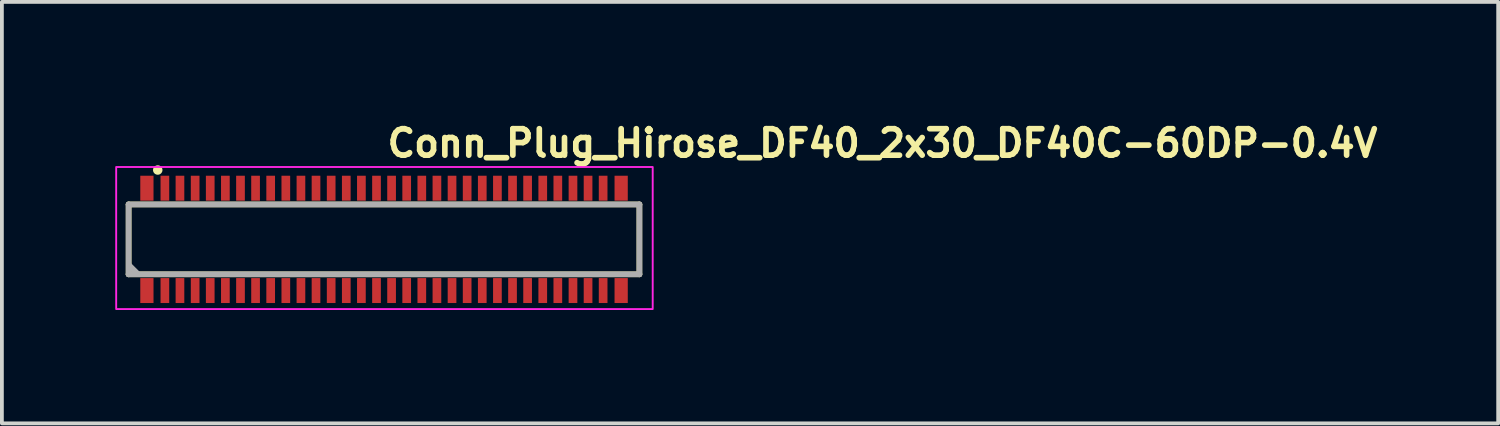
<source format=kicad_pcb>
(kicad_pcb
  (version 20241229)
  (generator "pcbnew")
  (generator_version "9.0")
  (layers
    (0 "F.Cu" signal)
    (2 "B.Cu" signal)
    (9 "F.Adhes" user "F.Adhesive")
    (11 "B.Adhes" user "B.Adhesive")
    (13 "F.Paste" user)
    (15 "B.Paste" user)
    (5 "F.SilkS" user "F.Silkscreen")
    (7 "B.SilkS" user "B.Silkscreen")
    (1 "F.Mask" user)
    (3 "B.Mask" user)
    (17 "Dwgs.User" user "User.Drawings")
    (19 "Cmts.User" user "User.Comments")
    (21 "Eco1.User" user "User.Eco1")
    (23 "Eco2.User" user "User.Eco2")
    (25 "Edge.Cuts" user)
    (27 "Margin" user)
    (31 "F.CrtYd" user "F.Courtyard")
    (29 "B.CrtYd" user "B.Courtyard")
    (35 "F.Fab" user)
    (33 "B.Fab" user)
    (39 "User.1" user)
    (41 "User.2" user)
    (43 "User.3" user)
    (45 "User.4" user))
  (footprint "Conn_Plug_Hirose_DF40_2x30_DF40C-60DP-0.4V"
    (layer "F.Cu")
    (at 7.125 3.25)
    (property "Reference" "Conn_Plug_Hirose_DF40_2x30_DF40C-60DP-0.4V" (at 0 -2.1 0) (layer "F.SilkS") (effects (font (size 0.7 0.7) (thickness 0.15)) (justify left bottom)))
    (attr smd)
    (fp_line (start -6.771 -0.889) (end -6.771 0.96) (stroke (width 0.15) (type solid)) (layer "F.SilkS"))
    (fp_line (start 6.748 -0.889) (end -6.771 -0.889) (stroke (width 0.15) (type solid)) (layer "F.SilkS"))
    (fp_line (start 6.748 0.96) (end -6.771 0.96) (stroke (width 0.15) (type solid)) (layer "F.SilkS"))
    (fp_line (start 6.748 0.96) (end 6.748 -0.889) (stroke (width 0.15) (type solid)) (layer "F.SilkS"))
    (fp_circle (center -6 -1.8) (end -5.95 -1.8) (stroke (width 0.15) (type solid)) (fill yes) (layer "F.SilkS"))
    (fp_rect (start -7.1 -1.88) (end 7.1 1.88) (stroke (width 0.05) (type solid)) (fill no) (layer "F.CrtYd"))
    (fp_line (start -6.771 -0.889) (end -6.771 0.96) (stroke (width 0.15) (type solid)) (layer "F.Fab"))
    (fp_line (start -6.771 0.96) (end 6.748 0.96) (stroke (width 0.15) (type solid)) (layer "F.Fab"))
    (fp_line (start -6.527 0.951) (end -6.752 0.726) (stroke (width 0.15) (type solid)) (layer "F.Fab"))
    (fp_line (start 6.748 -0.889) (end -6.771 -0.889) (stroke (width 0.15) (type solid)) (layer "F.Fab"))
    (fp_line (start 6.748 0.96) (end 6.748 -0.889) (stroke (width 0.15) (type solid)) (layer "F.Fab"))
    (fp_rect (start -6.76 -1.484) (end 6.759 1.485) (stroke (width 0.1) (type solid)) (fill no) (layer "User.5"))
    (fp_line (start -6.76 0.825) (end -6.76 -0.824) (stroke (width 0.02) (type solid)) (layer "User.9"))
    (fp_line (start -6.71 -0.874) (end -6.76 -0.824) (stroke (width 0.02) (type solid)) (layer "User.9"))
    (fp_line (start -6.71 -0.874) (end -6.662 -0.925) (stroke (width 0.02) (type solid)) (layer "User.9"))
    (fp_line (start -6.71 0.874) (end -6.76 0.825) (stroke (width 0.02) (type solid)) (layer "User.9"))
    (fp_line (start -6.71 0.874) (end -6.71 -0.874) (stroke (width 0.02) (type solid)) (layer "User.9"))
    (fp_line (start -6.662 -0.925) (end 6.66 -0.925) (stroke (width 0.02) (type solid)) (layer "User.9"))
    (fp_line (start -6.662 0.926) (end -6.71 0.874) (stroke (width 0.02) (type solid)) (layer "User.9"))
    (fp_line (start -6.662 0.926) (end 6.66 0.926) (stroke (width 0.02) (type solid)) (layer "User.9"))
    (fp_line (start -6.37 -0.4) (end -6.37 -0.714) (stroke (width 0.02) (type solid)) (layer "User.9"))
    (fp_line (start -6.37 0.401) (end -6.37 0.715) (stroke (width 0.02) (type solid)) (layer "User.9"))
    (fp_line (start -6.276 -1.484) (end -6.125 -1.484) (stroke (width 0.02) (type solid)) (layer "User.9"))
    (fp_line (start -6.276 -1.226) (end -6.276 -1.484) (stroke (width 0.02) (type solid)) (layer "User.9"))
    (fp_line (start -6.276 -1.226) (end -6.276 -1.18) (stroke (width 0.02) (type solid)) (layer "User.9"))
    (fp_line (start -6.276 -1.158) (end -6.276 -1.18) (stroke (width 0.02) (type solid)) (layer "User.9"))
    (fp_line (start -6.276 -1.025) (end -6.276 -1.158) (stroke (width 0.02) (type solid)) (layer "User.9"))
    (fp_line (start -6.276 -0.925) (end -6.276 -1.025) (stroke (width 0.02) (type solid)) (layer "User.9"))
    (fp_line (start -6.276 0.926) (end -6.276 1.024) (stroke (width 0.02) (type solid)) (layer "User.9"))
    (fp_line (start -6.276 1.024) (end -6.276 1.157) (stroke (width 0.02) (type solid)) (layer "User.9"))
    (fp_line (start -6.276 1.157) (end -6.276 1.181) (stroke (width 0.02) (type solid)) (layer "User.9"))
    (fp_line (start -6.276 1.225) (end -6.276 1.181) (stroke (width 0.02) (type solid)) (layer "User.9"))
    (fp_line (start -6.276 1.225) (end -6.276 1.485) (stroke (width 0.02) (type solid)) (layer "User.9"))
    (fp_line (start -6.276 1.485) (end -6.125 1.485) (stroke (width 0.02) (type solid)) (layer "User.9"))
    (fp_line (start -6.271 -0.4) (end -6.37 -0.4) (stroke (width 0.02) (type solid)) (layer "User.9"))
    (fp_line (start -6.271 0.401) (end -6.37 0.401) (stroke (width 0.02) (type solid)) (layer "User.9"))
    (fp_line (start -6.271 0.401) (end -6.271 -0.4) (stroke (width 0.02) (type solid)) (layer "User.9"))
    (fp_line (start -6.236 -0.4) (end -6.271 -0.4) (stroke (width 0.02) (type solid)) (layer "User.9"))
    (fp_line (start -6.236 -0.4) (end -6.236 -0.564) (stroke (width 0.02) (type solid)) (layer "User.9"))
    (fp_line (start -6.236 0.401) (end -6.271 0.401) (stroke (width 0.02) (type solid)) (layer "User.9"))
    (fp_line (start -6.236 0.401) (end -6.236 0.565) (stroke (width 0.02) (type solid)) (layer "User.9"))
    (fp_line (start -6.125 -1.484) (end -6.125 -1.226) (stroke (width 0.02) (type solid)) (layer "User.9"))
    (fp_line (start -6.125 -1.226) (end -6.125 -1.18) (stroke (width 0.02) (type solid)) (layer "User.9"))
    (fp_line (start -6.125 -1.18) (end -6.125 -1.158) (stroke (width 0.02) (type solid)) (layer "User.9"))
    (fp_line (start -6.125 -1.025) (end -6.125 -1.158) (stroke (width 0.02) (type solid)) (layer "User.9"))
    (fp_line (start -6.125 -1.025) (end -6.125 -0.925) (stroke (width 0.02) (type solid)) (layer "User.9"))
    (fp_line (start -6.125 1.024) (end -6.125 0.926) (stroke (width 0.02) (type solid)) (layer "User.9"))
    (fp_line (start -6.125 1.024) (end -6.125 1.157) (stroke (width 0.02) (type solid)) (layer "User.9"))
    (fp_line (start -6.125 1.181) (end -6.125 1.157) (stroke (width 0.02) (type solid)) (layer "User.9"))
    (fp_line (start -6.125 1.225) (end -6.125 1.181) (stroke (width 0.02) (type solid)) (layer "User.9"))
    (fp_line (start -6.125 1.485) (end -6.125 1.225) (stroke (width 0.02) (type solid)) (layer "User.9"))
    (fp_line (start -5.875 -1.484) (end -5.726 -1.484) (stroke (width 0.02) (type solid)) (layer "User.9"))
    (fp_line (start -5.875 -1.226) (end -5.875 -1.484) (stroke (width 0.02) (type solid)) (layer "User.9"))
    (fp_line (start -5.875 -1.226) (end -5.875 -1.18) (stroke (width 0.02) (type solid)) (layer "User.9"))
    (fp_line (start -5.875 -1.158) (end -5.875 -1.18) (stroke (width 0.02) (type solid)) (layer "User.9"))
    (fp_line (start -5.875 -1.025) (end -5.875 -1.158) (stroke (width 0.02) (type solid)) (layer "User.9"))
    (fp_line (start -5.875 -0.925) (end -5.875 -1.025) (stroke (width 0.02) (type solid)) (layer "User.9"))
    (fp_line (start -5.875 0.926) (end -5.875 1.024) (stroke (width 0.02) (type solid)) (layer "User.9"))
    (fp_line (start -5.875 1.024) (end -5.875 1.157) (stroke (width 0.02) (type solid)) (layer "User.9"))
    (fp_line (start -5.875 1.157) (end -5.875 1.181) (stroke (width 0.02) (type solid)) (layer "User.9"))
    (fp_line (start -5.875 1.225) (end -5.875 1.181) (stroke (width 0.02) (type solid)) (layer "User.9"))
    (fp_line (start -5.875 1.225) (end -5.875 1.485) (stroke (width 0.02) (type solid)) (layer "User.9"))
    (fp_line (start -5.875 1.485) (end -5.726 1.485) (stroke (width 0.02) (type solid)) (layer "User.9"))
    (fp_line (start -5.726 -1.484) (end -5.726 -1.226) (stroke (width 0.02) (type solid)) (layer "User.9"))
    (fp_line (start -5.726 -1.226) (end -5.726 -1.18) (stroke (width 0.02) (type solid)) (layer "User.9"))
    (fp_line (start -5.726 -1.18) (end -5.726 -1.158) (stroke (width 0.02) (type solid)) (layer "User.9"))
    (fp_line (start -5.726 -1.025) (end -5.726 -1.158) (stroke (width 0.02) (type solid)) (layer "User.9"))
    (fp_line (start -5.726 -1.025) (end -5.726 -0.925) (stroke (width 0.02) (type solid)) (layer "User.9"))
    (fp_line (start -5.726 1.024) (end -5.726 0.926) (stroke (width 0.02) (type solid)) (layer "User.9"))
    (fp_line (start -5.726 1.024) (end -5.726 1.157) (stroke (width 0.02) (type solid)) (layer "User.9"))
    (fp_line (start -5.726 1.181) (end -5.726 1.157) (stroke (width 0.02) (type solid)) (layer "User.9"))
    (fp_line (start -5.726 1.225) (end -5.726 1.181) (stroke (width 0.02) (type solid)) (layer "User.9"))
    (fp_line (start -5.726 1.485) (end -5.726 1.225) (stroke (width 0.02) (type solid)) (layer "User.9"))
    (fp_line (start -5.476 -1.484) (end -5.327 -1.484) (stroke (width 0.02) (type solid)) (layer "User.9"))
    (fp_line (start -5.476 -1.226) (end -5.476 -1.484) (stroke (width 0.02) (type solid)) (layer "User.9"))
    (fp_line (start -5.476 -1.226) (end -5.476 -1.18) (stroke (width 0.02) (type solid)) (layer "User.9"))
    (fp_line (start -5.476 -1.158) (end -5.476 -1.18) (stroke (width 0.02) (type solid)) (layer "User.9"))
    (fp_line (start -5.476 -1.025) (end -5.476 -1.158) (stroke (width 0.02) (type solid)) (layer "User.9"))
    (fp_line (start -5.476 -0.925) (end -5.476 -1.025) (stroke (width 0.02) (type solid)) (layer "User.9"))
    (fp_line (start -5.476 0.926) (end -5.476 1.024) (stroke (width 0.02) (type solid)) (layer "User.9"))
    (fp_line (start -5.476 1.024) (end -5.476 1.157) (stroke (width 0.02) (type solid)) (layer "User.9"))
    (fp_line (start -5.476 1.157) (end -5.476 1.181) (stroke (width 0.02) (type solid)) (layer "User.9"))
    (fp_line (start -5.476 1.225) (end -5.476 1.181) (stroke (width 0.02) (type solid)) (layer "User.9"))
    (fp_line (start -5.476 1.225) (end -5.476 1.485) (stroke (width 0.02) (type solid)) (layer "User.9"))
    (fp_line (start -5.476 1.485) (end -5.327 1.485) (stroke (width 0.02) (type solid)) (layer "User.9"))
    (fp_line (start -5.327 -1.484) (end -5.327 -1.226) (stroke (width 0.02) (type solid)) (layer "User.9"))
    (fp_line (start -5.327 -1.226) (end -5.327 -1.18) (stroke (width 0.02) (type solid)) (layer "User.9"))
    (fp_line (start -5.327 -1.18) (end -5.327 -1.158) (stroke (width 0.02) (type solid)) (layer "User.9"))
    (fp_line (start -5.327 -1.025) (end -5.327 -1.158) (stroke (width 0.02) (type solid)) (layer "User.9"))
    (fp_line (start -5.327 -1.025) (end -5.327 -0.925) (stroke (width 0.02) (type solid)) (layer "User.9"))
    (fp_line (start -5.327 1.024) (end -5.327 0.926) (stroke (width 0.02) (type solid)) (layer "User.9"))
    (fp_line (start -5.327 1.024) (end -5.327 1.157) (stroke (width 0.02) (type solid)) (layer "User.9"))
    (fp_line (start -5.327 1.181) (end -5.327 1.157) (stroke (width 0.02) (type solid)) (layer "User.9"))
    (fp_line (start -5.327 1.225) (end -5.327 1.181) (stroke (width 0.02) (type solid)) (layer "User.9"))
    (fp_line (start -5.327 1.485) (end -5.327 1.225) (stroke (width 0.02) (type solid)) (layer "User.9"))
    (fp_line (start -5.077 -1.484) (end -4.925 -1.484) (stroke (width 0.02) (type solid)) (layer "User.9"))
    (fp_line (start -5.077 -1.226) (end -5.077 -1.484) (stroke (width 0.02) (type solid)) (layer "User.9"))
    (fp_line (start -5.077 -1.226) (end -5.077 -1.18) (stroke (width 0.02) (type solid)) (layer "User.9"))
    (fp_line (start -5.077 -1.158) (end -5.077 -1.18) (stroke (width 0.02) (type solid)) (layer "User.9"))
    (fp_line (start -5.077 -1.025) (end -5.077 -1.158) (stroke (width 0.02) (type solid)) (layer "User.9"))
    (fp_line (start -5.077 -0.925) (end -5.077 -1.025) (stroke (width 0.02) (type solid)) (layer "User.9"))
    (fp_line (start -5.077 0.926) (end -5.077 1.024) (stroke (width 0.02) (type solid)) (layer "User.9"))
    (fp_line (start -5.077 1.024) (end -5.077 1.157) (stroke (width 0.02) (type solid)) (layer "User.9"))
    (fp_line (start -5.077 1.157) (end -5.077 1.181) (stroke (width 0.02) (type solid)) (layer "User.9"))
    (fp_line (start -5.077 1.225) (end -5.077 1.181) (stroke (width 0.02) (type solid)) (layer "User.9"))
    (fp_line (start -5.077 1.225) (end -5.077 1.485) (stroke (width 0.02) (type solid)) (layer "User.9"))
    (fp_line (start -5.077 1.485) (end -4.925 1.485) (stroke (width 0.02) (type solid)) (layer "User.9"))
    (fp_line (start -4.925 -1.484) (end -4.925 -1.226) (stroke (width 0.02) (type solid)) (layer "User.9"))
    (fp_line (start -4.925 -1.226) (end -4.925 -1.18) (stroke (width 0.02) (type solid)) (layer "User.9"))
    (fp_line (start -4.925 -1.18) (end -4.925 -1.158) (stroke (width 0.02) (type solid)) (layer "User.9"))
    (fp_line (start -4.925 -1.025) (end -4.925 -1.158) (stroke (width 0.02) (type solid)) (layer "User.9"))
    (fp_line (start -4.925 -1.025) (end -4.925 -0.925) (stroke (width 0.02) (type solid)) (layer "User.9"))
    (fp_line (start -4.925 1.024) (end -4.925 0.926) (stroke (width 0.02) (type solid)) (layer "User.9"))
    (fp_line (start -4.925 1.024) (end -4.925 1.157) (stroke (width 0.02) (type solid)) (layer "User.9"))
    (fp_line (start -4.925 1.181) (end -4.925 1.157) (stroke (width 0.02) (type solid)) (layer "User.9"))
    (fp_line (start -4.925 1.225) (end -4.925 1.181) (stroke (width 0.02) (type solid)) (layer "User.9"))
    (fp_line (start -4.925 1.485) (end -4.925 1.225) (stroke (width 0.02) (type solid)) (layer "User.9"))
    (fp_line (start -4.675 -1.484) (end -4.526 -1.484) (stroke (width 0.02) (type solid)) (layer "User.9"))
    (fp_line (start -4.675 -1.226) (end -4.675 -1.484) (stroke (width 0.02) (type solid)) (layer "User.9"))
    (fp_line (start -4.675 -1.226) (end -4.675 -1.18) (stroke (width 0.02) (type solid)) (layer "User.9"))
    (fp_line (start -4.675 -1.158) (end -4.675 -1.18) (stroke (width 0.02) (type solid)) (layer "User.9"))
    (fp_line (start -4.675 -1.025) (end -4.675 -1.158) (stroke (width 0.02) (type solid)) (layer "User.9"))
    (fp_line (start -4.675 -0.925) (end -4.675 -1.025) (stroke (width 0.02) (type solid)) (layer "User.9"))
    (fp_line (start -4.675 0.926) (end -4.675 1.024) (stroke (width 0.02) (type solid)) (layer "User.9"))
    (fp_line (start -4.675 1.024) (end -4.675 1.157) (stroke (width 0.02) (type solid)) (layer "User.9"))
    (fp_line (start -4.675 1.157) (end -4.675 1.181) (stroke (width 0.02) (type solid)) (layer "User.9"))
    (fp_line (start -4.675 1.225) (end -4.675 1.181) (stroke (width 0.02) (type solid)) (layer "User.9"))
    (fp_line (start -4.675 1.225) (end -4.675 1.485) (stroke (width 0.02) (type solid)) (layer "User.9"))
    (fp_line (start -4.675 1.485) (end -4.526 1.485) (stroke (width 0.02) (type solid)) (layer "User.9"))
    (fp_line (start -4.526 -1.484) (end -4.526 -1.226) (stroke (width 0.02) (type solid)) (layer "User.9"))
    (fp_line (start -4.526 -1.226) (end -4.526 -1.18) (stroke (width 0.02) (type solid)) (layer "User.9"))
    (fp_line (start -4.526 -1.18) (end -4.526 -1.158) (stroke (width 0.02) (type solid)) (layer "User.9"))
    (fp_line (start -4.526 -1.025) (end -4.526 -1.158) (stroke (width 0.02) (type solid)) (layer "User.9"))
    (fp_line (start -4.526 -1.025) (end -4.526 -0.925) (stroke (width 0.02) (type solid)) (layer "User.9"))
    (fp_line (start -4.526 1.024) (end -4.526 0.926) (stroke (width 0.02) (type solid)) (layer "User.9"))
    (fp_line (start -4.526 1.024) (end -4.526 1.157) (stroke (width 0.02) (type solid)) (layer "User.9"))
    (fp_line (start -4.526 1.181) (end -4.526 1.157) (stroke (width 0.02) (type solid)) (layer "User.9"))
    (fp_line (start -4.526 1.225) (end -4.526 1.181) (stroke (width 0.02) (type solid)) (layer "User.9"))
    (fp_line (start -4.526 1.485) (end -4.526 1.225) (stroke (width 0.02) (type solid)) (layer "User.9"))
    (fp_line (start -4.276 -1.484) (end -4.125 -1.484) (stroke (width 0.02) (type solid)) (layer "User.9"))
    (fp_line (start -4.276 -1.226) (end -4.276 -1.484) (stroke (width 0.02) (type solid)) (layer "User.9"))
    (fp_line (start -4.276 -1.226) (end -4.276 -1.18) (stroke (width 0.02) (type solid)) (layer "User.9"))
    (fp_line (start -4.276 -1.158) (end -4.276 -1.18) (stroke (width 0.02) (type solid)) (layer "User.9"))
    (fp_line (start -4.276 -1.025) (end -4.276 -1.158) (stroke (width 0.02) (type solid)) (layer "User.9"))
    (fp_line (start -4.276 -0.925) (end -4.276 -1.025) (stroke (width 0.02) (type solid)) (layer "User.9"))
    (fp_line (start -4.276 0.926) (end -4.276 1.024) (stroke (width 0.02) (type solid)) (layer "User.9"))
    (fp_line (start -4.276 1.024) (end -4.276 1.157) (stroke (width 0.02) (type solid)) (layer "User.9"))
    (fp_line (start -4.276 1.157) (end -4.276 1.181) (stroke (width 0.02) (type solid)) (layer "User.9"))
    (fp_line (start -4.276 1.225) (end -4.276 1.181) (stroke (width 0.02) (type solid)) (layer "User.9"))
    (fp_line (start -4.276 1.225) (end -4.276 1.485) (stroke (width 0.02) (type solid)) (layer "User.9"))
    (fp_line (start -4.276 1.485) (end -4.125 1.485) (stroke (width 0.02) (type solid)) (layer "User.9"))
    (fp_line (start -4.125 -1.484) (end -4.125 -1.226) (stroke (width 0.02) (type solid)) (layer "User.9"))
    (fp_line (start -4.125 -1.226) (end -4.125 -1.18) (stroke (width 0.02) (type solid)) (layer "User.9"))
    (fp_line (start -4.125 -1.18) (end -4.125 -1.158) (stroke (width 0.02) (type solid)) (layer "User.9"))
    (fp_line (start -4.125 -1.025) (end -4.125 -1.158) (stroke (width 0.02) (type solid)) (layer "User.9"))
    (fp_line (start -4.125 -1.025) (end -4.125 -0.925) (stroke (width 0.02) (type solid)) (layer "User.9"))
    (fp_line (start -4.125 1.024) (end -4.125 0.926) (stroke (width 0.02) (type solid)) (layer "User.9"))
    (fp_line (start -4.125 1.024) (end -4.125 1.157) (stroke (width 0.02) (type solid)) (layer "User.9"))
    (fp_line (start -4.125 1.181) (end -4.125 1.157) (stroke (width 0.02) (type solid)) (layer "User.9"))
    (fp_line (start -4.125 1.225) (end -4.125 1.181) (stroke (width 0.02) (type solid)) (layer "User.9"))
    (fp_line (start -4.125 1.485) (end -4.125 1.225) (stroke (width 0.02) (type solid)) (layer "User.9"))
    (fp_line (start -3.875 -1.484) (end -3.726 -1.484) (stroke (width 0.02) (type solid)) (layer "User.9"))
    (fp_line (start -3.875 -1.226) (end -3.875 -1.484) (stroke (width 0.02) (type solid)) (layer "User.9"))
    (fp_line (start -3.875 -1.226) (end -3.875 -1.18) (stroke (width 0.02) (type solid)) (layer "User.9"))
    (fp_line (start -3.875 -1.158) (end -3.875 -1.18) (stroke (width 0.02) (type solid)) (layer "User.9"))
    (fp_line (start -3.875 -1.025) (end -3.875 -1.158) (stroke (width 0.02) (type solid)) (layer "User.9"))
    (fp_line (start -3.875 -0.925) (end -3.875 -1.025) (stroke (width 0.02) (type solid)) (layer "User.9"))
    (fp_line (start -3.875 0.926) (end -3.875 1.024) (stroke (width 0.02) (type solid)) (layer "User.9"))
    (fp_line (start -3.875 1.024) (end -3.875 1.157) (stroke (width 0.02) (type solid)) (layer "User.9"))
    (fp_line (start -3.875 1.157) (end -3.875 1.181) (stroke (width 0.02) (type solid)) (layer "User.9"))
    (fp_line (start -3.875 1.225) (end -3.875 1.181) (stroke (width 0.02) (type solid)) (layer "User.9"))
    (fp_line (start -3.875 1.225) (end -3.875 1.485) (stroke (width 0.02) (type solid)) (layer "User.9"))
    (fp_line (start -3.875 1.485) (end -3.726 1.485) (stroke (width 0.02) (type solid)) (layer "User.9"))
    (fp_line (start -3.777 0) (end -3.775 -0.013) (stroke (width 0.02) (type solid)) (layer "User.9"))
    (fp_line (start -3.775 -0.013) (end -3.774 -0.027) (stroke (width 0.02) (type solid)) (layer "User.9"))
    (fp_line (start -3.775 0.013) (end -3.777 0) (stroke (width 0.02) (type solid)) (layer "User.9"))
    (fp_line (start -3.774 -0.042) (end -3.771 -0.055) (stroke (width 0.02) (type solid)) (layer "User.9"))
    (fp_line (start -3.774 -0.027) (end -3.774 -0.042) (stroke (width 0.02) (type solid)) (layer "User.9"))
    (fp_line (start -3.774 0.027) (end -3.775 0.013) (stroke (width 0.02) (type solid)) (layer "User.9"))
    (fp_line (start -3.774 0.041) (end -3.774 0.027) (stroke (width 0.02) (type solid)) (layer "User.9"))
    (fp_line (start -3.771 -0.055) (end -3.769 -0.07) (stroke (width 0.02) (type solid)) (layer "User.9"))
    (fp_line (start -3.771 0.055) (end -3.774 0.041) (stroke (width 0.02) (type solid)) (layer "User.9"))
    (fp_line (start -3.769 -0.07) (end -3.766 -0.084) (stroke (width 0.02) (type solid)) (layer "User.9"))
    (fp_line (start -3.769 0.069) (end -3.771 0.055) (stroke (width 0.02) (type solid)) (layer "User.9"))
    (fp_line (start -3.766 -0.084) (end -3.762 -0.097) (stroke (width 0.02) (type solid)) (layer "User.9"))
    (fp_line (start -3.766 0.084) (end -3.769 0.069) (stroke (width 0.02) (type solid)) (layer "User.9"))
    (fp_line (start -3.762 -0.097) (end -3.757 -0.109) (stroke (width 0.02) (type solid)) (layer "User.9"))
    (fp_line (start -3.762 0.097) (end -3.766 0.084) (stroke (width 0.02) (type solid)) (layer "User.9"))
    (fp_line (start -3.757 -0.109) (end -3.754 -0.117) (stroke (width 0.02) (type solid)) (layer "User.9"))
    (fp_line (start -3.757 -0.109) (end -3.719 -0.06) (stroke (width 0.02) (type solid)) (layer "User.9"))
    (fp_line (start -3.757 0.11) (end -3.762 0.097) (stroke (width 0.02) (type solid)) (layer "User.9"))
    (fp_line (start -3.757 0.11) (end -3.754 0.116) (stroke (width 0.02) (type solid)) (layer "User.9"))
    (fp_line (start -3.757 0.11) (end -3.719 0.06) (stroke (width 0.02) (type solid)) (layer "User.9"))
    (fp_line (start -3.754 -0.117) (end -3.751 -0.122) (stroke (width 0.02) (type solid)) (layer "User.9"))
    (fp_line (start -3.754 0.116) (end -3.751 0.122) (stroke (width 0.02) (type solid)) (layer "User.9"))
    (fp_line (start -3.751 -0.122) (end -3.749 -0.13) (stroke (width 0.02) (type solid)) (layer "User.9"))
    (fp_line (start -3.751 0.122) (end -3.749 0.13) (stroke (width 0.02) (type solid)) (layer "User.9"))
    (fp_line (start -3.749 -0.13) (end -3.746 -0.136) (stroke (width 0.02) (type solid)) (layer "User.9"))
    (fp_line (start -3.749 0.13) (end -3.746 0.136) (stroke (width 0.02) (type solid)) (layer "User.9"))
    (fp_line (start -3.746 -0.136) (end -3.742 -0.141) (stroke (width 0.02) (type solid)) (layer "User.9"))
    (fp_line (start -3.746 0.136) (end -3.742 0.141) (stroke (width 0.02) (type solid)) (layer "User.9"))
    (fp_line (start -3.742 -0.141) (end -3.739 -0.147) (stroke (width 0.02) (type solid)) (layer "User.9"))
    (fp_line (start -3.742 0.141) (end -3.739 0.147) (stroke (width 0.02) (type solid)) (layer "User.9"))
    (fp_line (start -3.739 -0.147) (end -3.737 -0.153) (stroke (width 0.02) (type solid)) (layer "User.9"))
    (fp_line (start -3.739 0.147) (end -3.737 0.153) (stroke (width 0.02) (type solid)) (layer "User.9"))
    (fp_line (start -3.737 -0.153) (end -3.734 -0.159) (stroke (width 0.02) (type solid)) (layer "User.9"))
    (fp_line (start -3.737 0.153) (end -3.734 0.161) (stroke (width 0.02) (type solid)) (layer "User.9"))
    (fp_line (start -3.734 -0.159) (end -3.731 -0.163) (stroke (width 0.02) (type solid)) (layer "User.9"))
    (fp_line (start -3.734 0.161) (end -3.731 0.163) (stroke (width 0.02) (type solid)) (layer "User.9"))
    (fp_line (start -3.731 -0.163) (end -3.73 -0.166) (stroke (width 0.02) (type solid)) (layer "User.9"))
    (fp_line (start -3.731 0.163) (end -3.73 0.166) (stroke (width 0.02) (type solid)) (layer "User.9"))
    (fp_line (start -3.73 -0.166) (end -3.727 -0.169) (stroke (width 0.02) (type solid)) (layer "User.9"))
    (fp_line (start -3.73 0.166) (end -3.727 0.169) (stroke (width 0.02) (type solid)) (layer "User.9"))
    (fp_line (start -3.727 -0.169) (end -3.726 -0.17) (stroke (width 0.02) (type solid)) (layer "User.9"))
    (fp_line (start -3.727 0.169) (end -3.726 0.17) (stroke (width 0.02) (type solid)) (layer "User.9"))
    (fp_line (start -3.726 -1.484) (end -3.726 -1.226) (stroke (width 0.02) (type solid)) (layer "User.9"))
    (fp_line (start -3.726 -1.226) (end -3.726 -1.18) (stroke (width 0.02) (type solid)) (layer "User.9"))
    (fp_line (start -3.726 -1.18) (end -3.726 -1.158) (stroke (width 0.02) (type solid)) (layer "User.9"))
    (fp_line (start -3.726 -1.025) (end -3.726 -1.158) (stroke (width 0.02) (type solid)) (layer "User.9"))
    (fp_line (start -3.726 -1.025) (end -3.726 -0.925) (stroke (width 0.02) (type solid)) (layer "User.9"))
    (fp_line (start -3.726 -0.17) (end -3.725 -0.171) (stroke (width 0.02) (type solid)) (layer "User.9"))
    (fp_line (start -3.726 -0.022) (end -3.725 -0.03) (stroke (width 0.02) (type solid)) (layer "User.9"))
    (fp_line (start -3.726 -0.015) (end -3.726 -0.022) (stroke (width 0.02) (type solid)) (layer "User.9"))
    (fp_line (start -3.726 -0.008) (end -3.726 -0.015) (stroke (width 0.02) (type solid)) (layer "User.9"))
    (fp_line (start -3.726 0) (end -3.726 -0.008) (stroke (width 0.02) (type solid)) (layer "User.9"))
    (fp_line (start -3.726 0.007) (end -3.726 0) (stroke (width 0.02) (type solid)) (layer "User.9"))
    (fp_line (start -3.726 0.015) (end -3.726 0.007) (stroke (width 0.02) (type solid)) (layer "User.9"))
    (fp_line (start -3.726 0.022) (end -3.726 0.015) (stroke (width 0.02) (type solid)) (layer "User.9"))
    (fp_line (start -3.726 0.17) (end -3.725 0.17) (stroke (width 0.02) (type solid)) (layer "User.9"))
    (fp_line (start -3.726 1.024) (end -3.726 0.926) (stroke (width 0.02) (type solid)) (layer "User.9"))
    (fp_line (start -3.726 1.024) (end -3.726 1.157) (stroke (width 0.02) (type solid)) (layer "User.9"))
    (fp_line (start -3.726 1.181) (end -3.726 1.157) (stroke (width 0.02) (type solid)) (layer "User.9"))
    (fp_line (start -3.726 1.225) (end -3.726 1.181) (stroke (width 0.02) (type solid)) (layer "User.9"))
    (fp_line (start -3.726 1.485) (end -3.726 1.225) (stroke (width 0.02) (type solid)) (layer "User.9"))
    (fp_line (start -3.725 -0.171) (end -3.723 -0.172) (stroke (width 0.02) (type solid)) (layer "User.9"))
    (fp_line (start -3.725 -0.03) (end -3.723 -0.037) (stroke (width 0.02) (type solid)) (layer "User.9"))
    (fp_line (start -3.725 0.03) (end -3.726 0.022) (stroke (width 0.02) (type solid)) (layer "User.9"))
    (fp_line (start -3.725 0.17) (end -3.723 0.171) (stroke (width 0.02) (type solid)) (layer "User.9"))
    (fp_line (start -3.723 -0.172) (end -3.722 -0.172) (stroke (width 0.02) (type solid)) (layer "User.9"))
    (fp_line (start -3.723 -0.037) (end -3.722 -0.045) (stroke (width 0.02) (type solid)) (layer "User.9"))
    (fp_line (start -3.723 0.037) (end -3.725 0.03) (stroke (width 0.02) (type solid)) (layer "User.9"))
    (fp_line (start -3.723 0.171) (end -3.722 0.172) (stroke (width 0.02) (type solid)) (layer "User.9"))
    (fp_line (start -3.722 -0.173) (end -3.721 -0.174) (stroke (width 0.02) (type solid)) (layer "User.9"))
    (fp_line (start -3.722 -0.172) (end -3.722 -0.173) (stroke (width 0.02) (type solid)) (layer "User.9"))
    (fp_line (start -3.722 -0.045) (end -3.721 -0.053) (stroke (width 0.02) (type solid)) (layer "User.9"))
    (fp_line (start -3.722 0.045) (end -3.723 0.037) (stroke (width 0.02) (type solid)) (layer "User.9"))
    (fp_line (start -3.722 0.172) (end -3.722 0.173) (stroke (width 0.02) (type solid)) (layer "User.9"))
    (fp_line (start -3.722 0.173) (end -3.721 0.174) (stroke (width 0.02) (type solid)) (layer "User.9"))
    (fp_line (start -3.721 -0.174) (end -3.718 -0.176) (stroke (width 0.02) (type solid)) (layer "User.9"))
    (fp_line (start -3.721 -0.053) (end -3.719 -0.06) (stroke (width 0.02) (type solid)) (layer "User.9"))
    (fp_line (start -3.721 0.052) (end -3.722 0.045) (stroke (width 0.02) (type solid)) (layer "User.9"))
    (fp_line (start -3.721 0.174) (end -3.718 0.174) (stroke (width 0.02) (type solid)) (layer "User.9"))
    (fp_line (start -3.719 0.06) (end -3.721 0.052) (stroke (width 0.02) (type solid)) (layer "User.9"))
    (fp_line (start -3.718 -0.176) (end -3.718 -0.176) (stroke (width 0.02) (type solid)) (layer "User.9"))
    (fp_line (start -3.718 -0.176) (end -3.717 -0.177) (stroke (width 0.02) (type solid)) (layer "User.9"))
    (fp_line (start -3.718 0.174) (end -3.718 0.176) (stroke (width 0.02) (type solid)) (layer "User.9"))
    (fp_line (start -3.718 0.176) (end -3.717 0.177) (stroke (width 0.02) (type solid)) (layer "User.9"))
    (fp_line (start -3.717 -0.177) (end -3.714 -0.178) (stroke (width 0.02) (type solid)) (layer "User.9"))
    (fp_line (start -3.717 0.177) (end -3.714 0.178) (stroke (width 0.02) (type solid)) (layer "User.9"))
    (fp_line (start -3.714 -0.179) (end -3.713 -0.179) (stroke (width 0.02) (type solid)) (layer "User.9"))
    (fp_line (start -3.714 -0.178) (end -3.714 -0.179) (stroke (width 0.02) (type solid)) (layer "User.9"))
    (fp_line (start -3.714 0.178) (end -3.714 0.179) (stroke (width 0.02) (type solid)) (layer "User.9"))
    (fp_line (start -3.714 0.179) (end -3.713 0.179) (stroke (width 0.02) (type solid)) (layer "User.9"))
    (fp_line (start -3.713 -0.179) (end -3.71 -0.18) (stroke (width 0.02) (type solid)) (layer "User.9"))
    (fp_line (start -3.713 0.179) (end -3.71 0.18) (stroke (width 0.02) (type solid)) (layer "User.9"))
    (fp_line (start -3.71 -0.18) (end -3.709 -0.181) (stroke (width 0.02) (type solid)) (layer "User.9"))
    (fp_line (start -3.71 0.18) (end -3.709 0.181) (stroke (width 0.02) (type solid)) (layer "User.9"))
    (fp_line (start -3.709 -0.181) (end -3.708 -0.181) (stroke (width 0.02) (type solid)) (layer "User.9"))
    (fp_line (start -3.709 0.181) (end -3.708 0.181) (stroke (width 0.02) (type solid)) (layer "User.9"))
    (fp_line (start -3.708 -0.181) (end -3.706 -0.182) (stroke (width 0.02) (type solid)) (layer "User.9"))
    (fp_line (start -3.708 0.181) (end -3.706 0.182) (stroke (width 0.02) (type solid)) (layer "User.9"))
    (fp_line (start -3.706 -0.182) (end -3.705 -0.182) (stroke (width 0.02) (type solid)) (layer "User.9"))
    (fp_line (start -3.706 0.182) (end -3.705 0.182) (stroke (width 0.02) (type solid)) (layer "User.9"))
    (fp_line (start -3.705 -0.182) (end -3.704 -0.183) (stroke (width 0.02) (type solid)) (layer "User.9"))
    (fp_line (start -3.705 0.182) (end -3.704 0.183) (stroke (width 0.02) (type solid)) (layer "User.9"))
    (fp_line (start -3.704 -0.183) (end -3.701 -0.183) (stroke (width 0.02) (type solid)) (layer "User.9"))
    (fp_line (start -3.704 0.183) (end -3.701 0.183) (stroke (width 0.02) (type solid)) (layer "User.9"))
    (fp_line (start -3.701 -0.183) (end -3.7 -0.183) (stroke (width 0.02) (type solid)) (layer "User.9"))
    (fp_line (start -3.701 0.183) (end -3.7 0.183) (stroke (width 0.02) (type solid)) (layer "User.9"))
    (fp_line (start -3.7 -0.183) (end -3.697 -0.184) (stroke (width 0.02) (type solid)) (layer "User.9"))
    (fp_line (start -3.7 0.183) (end -3.697 0.184) (stroke (width 0.02) (type solid)) (layer "User.9"))
    (fp_line (start -3.697 -0.184) (end -3.693 -0.184) (stroke (width 0.02) (type solid)) (layer "User.9"))
    (fp_line (start -3.697 0.184) (end -3.693 0.184) (stroke (width 0.02) (type solid)) (layer "User.9"))
    (fp_line (start -3.693 -0.184) (end -3.689 -0.184) (stroke (width 0.02) (type solid)) (layer "User.9"))
    (fp_line (start -3.693 0.184) (end -3.689 0.185) (stroke (width 0.02) (type solid)) (layer "User.9"))
    (fp_line (start -3.689 -0.184) (end -2.312 -0.184) (stroke (width 0.02) (type solid)) (layer "User.9"))
    (fp_line (start -3.689 0.185) (end -2.312 0.185) (stroke (width 0.02) (type solid)) (layer "User.9"))
    (fp_line (start -3.476 -1.484) (end -3.326 -1.484) (stroke (width 0.02) (type solid)) (layer "User.9"))
    (fp_line (start -3.476 -1.226) (end -3.476 -1.484) (stroke (width 0.02) (type solid)) (layer "User.9"))
    (fp_line (start -3.476 -1.226) (end -3.476 -1.18) (stroke (width 0.02) (type solid)) (layer "User.9"))
    (fp_line (start -3.476 -1.158) (end -3.476 -1.18) (stroke (width 0.02) (type solid)) (layer "User.9"))
    (fp_line (start -3.476 -1.025) (end -3.476 -1.158) (stroke (width 0.02) (type solid)) (layer "User.9"))
    (fp_line (start -3.476 -0.925) (end -3.476 -1.025) (stroke (width 0.02) (type solid)) (layer "User.9"))
    (fp_line (start -3.476 0.926) (end -3.476 1.024) (stroke (width 0.02) (type solid)) (layer "User.9"))
    (fp_line (start -3.476 1.024) (end -3.476 1.157) (stroke (width 0.02) (type solid)) (layer "User.9"))
    (fp_line (start -3.476 1.157) (end -3.476 1.181) (stroke (width 0.02) (type solid)) (layer "User.9"))
    (fp_line (start -3.476 1.225) (end -3.476 1.181) (stroke (width 0.02) (type solid)) (layer "User.9"))
    (fp_line (start -3.476 1.225) (end -3.476 1.485) (stroke (width 0.02) (type solid)) (layer "User.9"))
    (fp_line (start -3.476 1.485) (end -3.326 1.485) (stroke (width 0.02) (type solid)) (layer "User.9"))
    (fp_line (start -3.326 -1.484) (end -3.326 -1.226) (stroke (width 0.02) (type solid)) (layer "User.9"))
    (fp_line (start -3.326 -1.226) (end -3.326 -1.18) (stroke (width 0.02) (type solid)) (layer "User.9"))
    (fp_line (start -3.326 -1.18) (end -3.326 -1.158) (stroke (width 0.02) (type solid)) (layer "User.9"))
    (fp_line (start -3.326 -1.025) (end -3.326 -1.158) (stroke (width 0.02) (type solid)) (layer "User.9"))
    (fp_line (start -3.326 -1.025) (end -3.326 -0.925) (stroke (width 0.02) (type solid)) (layer "User.9"))
    (fp_line (start -3.326 1.024) (end -3.326 0.926) (stroke (width 0.02) (type solid)) (layer "User.9"))
    (fp_line (start -3.326 1.024) (end -3.326 1.157) (stroke (width 0.02) (type solid)) (layer "User.9"))
    (fp_line (start -3.326 1.181) (end -3.326 1.157) (stroke (width 0.02) (type solid)) (layer "User.9"))
    (fp_line (start -3.326 1.225) (end -3.326 1.181) (stroke (width 0.02) (type solid)) (layer "User.9"))
    (fp_line (start -3.326 1.485) (end -3.326 1.225) (stroke (width 0.02) (type solid)) (layer "User.9"))
    (fp_line (start -3.076 -1.484) (end -2.926 -1.484) (stroke (width 0.02) (type solid)) (layer "User.9"))
    (fp_line (start -3.076 -1.226) (end -3.076 -1.484) (stroke (width 0.02) (type solid)) (layer "User.9"))
    (fp_line (start -3.076 -1.226) (end -3.076 -1.18) (stroke (width 0.02) (type solid)) (layer "User.9"))
    (fp_line (start -3.076 -1.158) (end -3.076 -1.18) (stroke (width 0.02) (type solid)) (layer "User.9"))
    (fp_line (start -3.076 -1.025) (end -3.076 -1.158) (stroke (width 0.02) (type solid)) (layer "User.9"))
    (fp_line (start -3.076 -0.925) (end -3.076 -1.025) (stroke (width 0.02) (type solid)) (layer "User.9"))
    (fp_line (start -3.076 0.926) (end -3.076 1.024) (stroke (width 0.02) (type solid)) (layer "User.9"))
    (fp_line (start -3.076 1.024) (end -3.076 1.157) (stroke (width 0.02) (type solid)) (layer "User.9"))
    (fp_line (start -3.076 1.157) (end -3.076 1.181) (stroke (width 0.02) (type solid)) (layer "User.9"))
    (fp_line (start -3.076 1.225) (end -3.076 1.181) (stroke (width 0.02) (type solid)) (layer "User.9"))
    (fp_line (start -3.076 1.225) (end -3.076 1.485) (stroke (width 0.02) (type solid)) (layer "User.9"))
    (fp_line (start -3.076 1.485) (end -2.926 1.485) (stroke (width 0.02) (type solid)) (layer "User.9"))
    (fp_line (start -2.926 -1.484) (end -2.926 -1.226) (stroke (width 0.02) (type solid)) (layer "User.9"))
    (fp_line (start -2.926 -1.226) (end -2.926 -1.18) (stroke (width 0.02) (type solid)) (layer "User.9"))
    (fp_line (start -2.926 -1.18) (end -2.926 -1.158) (stroke (width 0.02) (type solid)) (layer "User.9"))
    (fp_line (start -2.926 -1.025) (end -2.926 -1.158) (stroke (width 0.02) (type solid)) (layer "User.9"))
    (fp_line (start -2.926 -1.025) (end -2.926 -0.925) (stroke (width 0.02) (type solid)) (layer "User.9"))
    (fp_line (start -2.926 1.024) (end -2.926 0.926) (stroke (width 0.02) (type solid)) (layer "User.9"))
    (fp_line (start -2.926 1.024) (end -2.926 1.157) (stroke (width 0.02) (type solid)) (layer "User.9"))
    (fp_line (start -2.926 1.181) (end -2.926 1.157) (stroke (width 0.02) (type solid)) (layer "User.9"))
    (fp_line (start -2.926 1.225) (end -2.926 1.181) (stroke (width 0.02) (type solid)) (layer "User.9"))
    (fp_line (start -2.926 1.485) (end -2.926 1.225) (stroke (width 0.02) (type solid)) (layer "User.9"))
    (fp_line (start -2.676 -1.484) (end -2.525 -1.484) (stroke (width 0.02) (type solid)) (layer "User.9"))
    (fp_line (start -2.676 -1.226) (end -2.676 -1.484) (stroke (width 0.02) (type solid)) (layer "User.9"))
    (fp_line (start -2.676 -1.226) (end -2.676 -1.18) (stroke (width 0.02) (type solid)) (layer "User.9"))
    (fp_line (start -2.676 -1.158) (end -2.676 -1.18) (stroke (width 0.02) (type solid)) (layer "User.9"))
    (fp_line (start -2.676 -1.025) (end -2.676 -1.158) (stroke (width 0.02) (type solid)) (layer "User.9"))
    (fp_line (start -2.676 -0.925) (end -2.676 -1.025) (stroke (width 0.02) (type solid)) (layer "User.9"))
    (fp_line (start -2.676 0.926) (end -2.676 1.024) (stroke (width 0.02) (type solid)) (layer "User.9"))
    (fp_line (start -2.676 1.024) (end -2.676 1.157) (stroke (width 0.02) (type solid)) (layer "User.9"))
    (fp_line (start -2.676 1.157) (end -2.676 1.181) (stroke (width 0.02) (type solid)) (layer "User.9"))
    (fp_line (start -2.676 1.225) (end -2.676 1.181) (stroke (width 0.02) (type solid)) (layer "User.9"))
    (fp_line (start -2.676 1.225) (end -2.676 1.485) (stroke (width 0.02) (type solid)) (layer "User.9"))
    (fp_line (start -2.676 1.485) (end -2.525 1.485) (stroke (width 0.02) (type solid)) (layer "User.9"))
    (fp_line (start -2.525 -1.484) (end -2.525 -1.226) (stroke (width 0.02) (type solid)) (layer "User.9"))
    (fp_line (start -2.525 -1.226) (end -2.525 -1.18) (stroke (width 0.02) (type solid)) (layer "User.9"))
    (fp_line (start -2.525 -1.18) (end -2.525 -1.158) (stroke (width 0.02) (type solid)) (layer "User.9"))
    (fp_line (start -2.525 -1.025) (end -2.525 -1.158) (stroke (width 0.02) (type solid)) (layer "User.9"))
    (fp_line (start -2.525 -1.025) (end -2.525 -0.925) (stroke (width 0.02) (type solid)) (layer "User.9"))
    (fp_line (start -2.525 1.024) (end -2.525 0.926) (stroke (width 0.02) (type solid)) (layer "User.9"))
    (fp_line (start -2.525 1.024) (end -2.525 1.157) (stroke (width 0.02) (type solid)) (layer "User.9"))
    (fp_line (start -2.525 1.181) (end -2.525 1.157) (stroke (width 0.02) (type solid)) (layer "User.9"))
    (fp_line (start -2.525 1.225) (end -2.525 1.181) (stroke (width 0.02) (type solid)) (layer "User.9"))
    (fp_line (start -2.525 1.485) (end -2.525 1.225) (stroke (width 0.02) (type solid)) (layer "User.9"))
    (fp_line (start -2.312 -0.184) (end -2.308 -0.184) (stroke (width 0.02) (type solid)) (layer "User.9"))
    (fp_line (start -2.312 0.185) (end -2.308 0.184) (stroke (width 0.02) (type solid)) (layer "User.9"))
    (fp_line (start -2.308 -0.184) (end -2.306 -0.184) (stroke (width 0.02) (type solid)) (layer "User.9"))
    (fp_line (start -2.308 0.184) (end -2.306 0.184) (stroke (width 0.02) (type solid)) (layer "User.9"))
    (fp_line (start -2.306 -0.184) (end -2.302 -0.183) (stroke (width 0.02) (type solid)) (layer "User.9"))
    (fp_line (start -2.306 0.184) (end -2.302 0.183) (stroke (width 0.02) (type solid)) (layer "User.9"))
    (fp_line (start -2.302 -0.183) (end -2.298 -0.183) (stroke (width 0.02) (type solid)) (layer "User.9"))
    (fp_line (start -2.302 0.183) (end -2.298 0.183) (stroke (width 0.02) (type solid)) (layer "User.9"))
    (fp_line (start -2.298 -0.183) (end -2.295 -0.182) (stroke (width 0.02) (type solid)) (layer "User.9"))
    (fp_line (start -2.298 0.183) (end -2.295 0.182) (stroke (width 0.02) (type solid)) (layer "User.9"))
    (fp_line (start -2.295 -0.182) (end -2.293 -0.181) (stroke (width 0.02) (type solid)) (layer "User.9"))
    (fp_line (start -2.295 0.182) (end -2.293 0.181) (stroke (width 0.02) (type solid)) (layer "User.9"))
    (fp_line (start -2.293 -0.181) (end -2.29 -0.179) (stroke (width 0.02) (type solid)) (layer "User.9"))
    (fp_line (start -2.293 0.181) (end -2.29 0.179) (stroke (width 0.02) (type solid)) (layer "User.9"))
    (fp_line (start -2.29 -0.179) (end -2.287 -0.178) (stroke (width 0.02) (type solid)) (layer "User.9"))
    (fp_line (start -2.29 0.179) (end -2.287 0.178) (stroke (width 0.02) (type solid)) (layer "User.9"))
    (fp_line (start -2.287 -0.178) (end -2.285 -0.176) (stroke (width 0.02) (type solid)) (layer "User.9"))
    (fp_line (start -2.287 0.178) (end -2.285 0.176) (stroke (width 0.02) (type solid)) (layer "User.9"))
    (fp_line (start -2.285 -0.176) (end -2.282 -0.174) (stroke (width 0.02) (type solid)) (layer "User.9"))
    (fp_line (start -2.285 0.176) (end -2.282 0.174) (stroke (width 0.02) (type solid)) (layer "User.9"))
    (fp_line (start -2.282 -0.174) (end -2.279 -0.172) (stroke (width 0.02) (type solid)) (layer "User.9"))
    (fp_line (start -2.282 -0.06) (end -3.719 -0.06) (stroke (width 0.02) (type solid)) (layer "User.9"))
    (fp_line (start -2.282 -0.06) (end -2.282 -0.053) (stroke (width 0.02) (type solid)) (layer "User.9"))
    (fp_line (start -2.282 -0.06) (end -2.246 -0.109) (stroke (width 0.02) (type solid)) (layer "User.9"))
    (fp_line (start -2.282 -0.053) (end -2.279 -0.045) (stroke (width 0.02) (type solid)) (layer "User.9"))
    (fp_line (start -2.282 0.052) (end -2.282 0.06) (stroke (width 0.02) (type solid)) (layer "User.9"))
    (fp_line (start -2.282 0.06) (end -3.719 0.06) (stroke (width 0.02) (type solid)) (layer "User.9"))
    (fp_line (start -2.282 0.06) (end -2.246 0.11) (stroke (width 0.02) (type solid)) (layer "User.9"))
    (fp_line (start -2.282 0.174) (end -2.279 0.172) (stroke (width 0.02) (type solid)) (layer "User.9"))
    (fp_line (start -2.279 -0.172) (end -2.278 -0.171) (stroke (width 0.02) (type solid)) (layer "User.9"))
    (fp_line (start -2.279 -0.045) (end -2.278 -0.037) (stroke (width 0.02) (type solid)) (layer "User.9"))
    (fp_line (start -2.279 0.045) (end -2.282 0.052) (stroke (width 0.02) (type solid)) (layer "User.9"))
    (fp_line (start -2.279 0.172) (end -2.278 0.17) (stroke (width 0.02) (type solid)) (layer "User.9"))
    (fp_line (start -2.278 -0.171) (end -2.274 -0.169) (stroke (width 0.02) (type solid)) (layer "User.9"))
    (fp_line (start -2.278 -0.037) (end -2.278 -0.03) (stroke (width 0.02) (type solid)) (layer "User.9"))
    (fp_line (start -2.278 -0.03) (end -2.277 -0.022) (stroke (width 0.02) (type solid)) (layer "User.9"))
    (fp_line (start -2.278 0.03) (end -2.278 0.037) (stroke (width 0.02) (type solid)) (layer "User.9"))
    (fp_line (start -2.278 0.037) (end -2.279 0.045) (stroke (width 0.02) (type solid)) (layer "User.9"))
    (fp_line (start -2.278 0.17) (end -2.274 0.169) (stroke (width 0.02) (type solid)) (layer "User.9"))
    (fp_line (start -2.277 -0.022) (end -2.277 -0.015) (stroke (width 0.02) (type solid)) (layer "User.9"))
    (fp_line (start -2.277 -0.015) (end -2.277 -0.008) (stroke (width 0.02) (type solid)) (layer "User.9"))
    (fp_line (start -2.277 -0.008) (end -2.275 0) (stroke (width 0.02) (type solid)) (layer "User.9"))
    (fp_line (start -2.277 0.007) (end -2.277 0.015) (stroke (width 0.02) (type solid)) (layer "User.9"))
    (fp_line (start -2.277 0.015) (end -2.277 0.022) (stroke (width 0.02) (type solid)) (layer "User.9"))
    (fp_line (start -2.277 0.022) (end -2.278 0.03) (stroke (width 0.02) (type solid)) (layer "User.9"))
    (fp_line (start -2.275 -1.484) (end -2.125 -1.484) (stroke (width 0.02) (type solid)) (layer "User.9"))
    (fp_line (start -2.275 -1.226) (end -2.275 -1.484) (stroke (width 0.02) (type solid)) (layer "User.9"))
    (fp_line (start -2.275 -1.226) (end -2.275 -1.18) (stroke (width 0.02) (type solid)) (layer "User.9"))
    (fp_line (start -2.275 -1.158) (end -2.275 -1.18) (stroke (width 0.02) (type solid)) (layer "User.9"))
    (fp_line (start -2.275 -1.025) (end -2.275 -1.158) (stroke (width 0.02) (type solid)) (layer "User.9"))
    (fp_line (start -2.275 -0.925) (end -2.275 -1.025) (stroke (width 0.02) (type solid)) (layer "User.9"))
    (fp_line (start -2.275 0) (end -2.277 0.007) (stroke (width 0.02) (type solid)) (layer "User.9"))
    (fp_line (start -2.275 0.926) (end -2.275 1.024) (stroke (width 0.02) (type solid)) (layer "User.9"))
    (fp_line (start -2.275 1.024) (end -2.275 1.157) (stroke (width 0.02) (type solid)) (layer "User.9"))
    (fp_line (start -2.275 1.157) (end -2.275 1.181) (stroke (width 0.02) (type solid)) (layer "User.9"))
    (fp_line (start -2.275 1.225) (end -2.275 1.181) (stroke (width 0.02) (type solid)) (layer "User.9"))
    (fp_line (start -2.275 1.225) (end -2.275 1.485) (stroke (width 0.02) (type solid)) (layer "User.9"))
    (fp_line (start -2.275 1.485) (end -2.125 1.485) (stroke (width 0.02) (type solid)) (layer "User.9"))
    (fp_line (start -2.274 -0.169) (end -2.273 -0.166) (stroke (width 0.02) (type solid)) (layer "User.9"))
    (fp_line (start -2.274 0.169) (end -2.273 0.166) (stroke (width 0.02) (type solid)) (layer "User.9"))
    (fp_line (start -2.273 -0.166) (end -2.27 -0.163) (stroke (width 0.02) (type solid)) (layer "User.9"))
    (fp_line (start -2.273 0.166) (end -2.27 0.163) (stroke (width 0.02) (type solid)) (layer "User.9"))
    (fp_line (start -2.27 -0.163) (end -2.269 -0.159) (stroke (width 0.02) (type solid)) (layer "User.9"))
    (fp_line (start -2.27 0.163) (end -2.269 0.161) (stroke (width 0.02) (type solid)) (layer "User.9"))
    (fp_line (start -2.269 -0.159) (end -2.266 -0.153) (stroke (width 0.02) (type solid)) (layer "User.9"))
    (fp_line (start -2.269 0.161) (end -2.266 0.153) (stroke (width 0.02) (type solid)) (layer "User.9"))
    (fp_line (start -2.266 -0.153) (end -2.262 -0.147) (stroke (width 0.02) (type solid)) (layer "User.9"))
    (fp_line (start -2.266 0.153) (end -2.262 0.147) (stroke (width 0.02) (type solid)) (layer "User.9"))
    (fp_line (start -2.262 -0.147) (end -2.259 -0.141) (stroke (width 0.02) (type solid)) (layer "User.9"))
    (fp_line (start -2.262 0.147) (end -2.259 0.141) (stroke (width 0.02) (type solid)) (layer "User.9"))
    (fp_line (start -2.259 -0.141) (end -2.257 -0.136) (stroke (width 0.02) (type solid)) (layer "User.9"))
    (fp_line (start -2.259 0.141) (end -2.257 0.136) (stroke (width 0.02) (type solid)) (layer "User.9"))
    (fp_line (start -2.257 -0.136) (end -2.254 -0.13) (stroke (width 0.02) (type solid)) (layer "User.9"))
    (fp_line (start -2.257 0.136) (end -2.254 0.13) (stroke (width 0.02) (type solid)) (layer "User.9"))
    (fp_line (start -2.254 -0.13) (end -2.25 -0.122) (stroke (width 0.02) (type solid)) (layer "User.9"))
    (fp_line (start -2.254 0.13) (end -2.25 0.122) (stroke (width 0.02) (type solid)) (layer "User.9"))
    (fp_line (start -2.25 -0.122) (end -2.247 -0.117) (stroke (width 0.02) (type solid)) (layer "User.9"))
    (fp_line (start -2.25 0.122) (end -2.247 0.116) (stroke (width 0.02) (type solid)) (layer "User.9"))
    (fp_line (start -2.247 -0.117) (end -2.246 -0.109) (stroke (width 0.02) (type solid)) (layer "User.9"))
    (fp_line (start -2.247 0.116) (end -2.246 0.11) (stroke (width 0.02) (type solid)) (layer "User.9"))
    (fp_line (start -2.246 -0.109) (end -2.241 -0.097) (stroke (width 0.02) (type solid)) (layer "User.9"))
    (fp_line (start -2.241 -0.097) (end -2.237 -0.084) (stroke (width 0.02) (type solid)) (layer "User.9"))
    (fp_line (start -2.241 0.097) (end -2.246 0.11) (stroke (width 0.02) (type solid)) (layer "User.9"))
    (fp_line (start -2.237 -0.084) (end -2.234 -0.07) (stroke (width 0.02) (type solid)) (layer "User.9"))
    (fp_line (start -2.237 0.084) (end -2.241 0.097) (stroke (width 0.02) (type solid)) (layer "User.9"))
    (fp_line (start -2.234 -0.07) (end -2.23 -0.055) (stroke (width 0.02) (type solid)) (layer "User.9"))
    (fp_line (start -2.234 0.069) (end -2.237 0.084) (stroke (width 0.02) (type solid)) (layer "User.9"))
    (fp_line (start -2.23 -0.055) (end -2.229 -0.042) (stroke (width 0.02) (type solid)) (layer "User.9"))
    (fp_line (start -2.23 0.055) (end -2.234 0.069) (stroke (width 0.02) (type solid)) (layer "User.9"))
    (fp_line (start -2.229 -0.042) (end -2.227 -0.027) (stroke (width 0.02) (type solid)) (layer "User.9"))
    (fp_line (start -2.229 0.041) (end -2.23 0.055) (stroke (width 0.02) (type solid)) (layer "User.9"))
    (fp_line (start -2.227 -0.027) (end -2.226 -0.013) (stroke (width 0.02) (type solid)) (layer "User.9"))
    (fp_line (start -2.227 0.027) (end -2.229 0.041) (stroke (width 0.02) (type solid)) (layer "User.9"))
    (fp_line (start -2.226 -0.013) (end -2.226 0) (stroke (width 0.02) (type solid)) (layer "User.9"))
    (fp_line (start -2.226 0) (end -2.226 0.013) (stroke (width 0.02) (type solid)) (layer "User.9"))
    (fp_line (start -2.226 0.013) (end -2.227 0.027) (stroke (width 0.02) (type solid)) (layer "User.9"))
    (fp_line (start -2.125 -1.484) (end -2.125 -1.226) (stroke (width 0.02) (type solid)) (layer "User.9"))
    (fp_line (start -2.125 -1.226) (end -2.125 -1.18) (stroke (width 0.02) (type solid)) (layer "User.9"))
    (fp_line (start -2.125 -1.18) (end -2.125 -1.158) (stroke (width 0.02) (type solid)) (layer "User.9"))
    (fp_line (start -2.125 -1.025) (end -2.125 -1.158) (stroke (width 0.02) (type solid)) (layer "User.9"))
    (fp_line (start -2.125 -1.025) (end -2.125 -0.925) (stroke (width 0.02) (type solid)) (layer "User.9"))
    (fp_line (start -2.125 1.024) (end -2.125 0.926) (stroke (width 0.02) (type solid)) (layer "User.9"))
    (fp_line (start -2.125 1.024) (end -2.125 1.157) (stroke (width 0.02) (type solid)) (layer "User.9"))
    (fp_line (start -2.125 1.181) (end -2.125 1.157) (stroke (width 0.02) (type solid)) (layer "User.9"))
    (fp_line (start -2.125 1.225) (end -2.125 1.181) (stroke (width 0.02) (type solid)) (layer "User.9"))
    (fp_line (start -2.125 1.485) (end -2.125 1.225) (stroke (width 0.02) (type solid)) (layer "User.9"))
    (fp_line (start -1.875 -1.484) (end -1.726 -1.484) (stroke (width 0.02) (type solid)) (layer "User.9"))
    (fp_line (start -1.875 -1.226) (end -1.875 -1.484) (stroke (width 0.02) (type solid)) (layer "User.9"))
    (fp_line (start -1.875 -1.226) (end -1.875 -1.18) (stroke (width 0.02) (type solid)) (layer "User.9"))
    (fp_line (start -1.875 -1.158) (end -1.875 -1.18) (stroke (width 0.02) (type solid)) (layer "User.9"))
    (fp_line (start -1.875 -1.025) (end -1.875 -1.158) (stroke (width 0.02) (type solid)) (layer "User.9"))
    (fp_line (start -1.875 -0.925) (end -1.875 -1.025) (stroke (width 0.02) (type solid)) (layer "User.9"))
    (fp_line (start -1.875 0.926) (end -1.875 1.024) (stroke (width 0.02) (type solid)) (layer "User.9"))
    (fp_line (start -1.875 1.024) (end -1.875 1.157) (stroke (width 0.02) (type solid)) (layer "User.9"))
    (fp_line (start -1.875 1.157) (end -1.875 1.181) (stroke (width 0.02) (type solid)) (layer "User.9"))
    (fp_line (start -1.875 1.225) (end -1.875 1.181) (stroke (width 0.02) (type solid)) (layer "User.9"))
    (fp_line (start -1.875 1.225) (end -1.875 1.485) (stroke (width 0.02) (type solid)) (layer "User.9"))
    (fp_line (start -1.875 1.485) (end -1.726 1.485) (stroke (width 0.02) (type solid)) (layer "User.9"))
    (fp_line (start -1.726 -1.484) (end -1.726 -1.226) (stroke (width 0.02) (type solid)) (layer "User.9"))
    (fp_line (start -1.726 -1.226) (end -1.726 -1.18) (stroke (width 0.02) (type solid)) (layer "User.9"))
    (fp_line (start -1.726 -1.18) (end -1.726 -1.158) (stroke (width 0.02) (type solid)) (layer "User.9"))
    (fp_line (start -1.726 -1.025) (end -1.726 -1.158) (stroke (width 0.02) (type solid)) (layer "User.9"))
    (fp_line (start -1.726 -1.025) (end -1.726 -0.925) (stroke (width 0.02) (type solid)) (layer "User.9"))
    (fp_line (start -1.726 1.024) (end -1.726 0.926) (stroke (width 0.02) (type solid)) (layer "User.9"))
    (fp_line (start -1.726 1.024) (end -1.726 1.157) (stroke (width 0.02) (type solid)) (layer "User.9"))
    (fp_line (start -1.726 1.181) (end -1.726 1.157) (stroke (width 0.02) (type solid)) (layer "User.9"))
    (fp_line (start -1.726 1.225) (end -1.726 1.181) (stroke (width 0.02) (type solid)) (layer "User.9"))
    (fp_line (start -1.726 1.485) (end -1.726 1.225) (stroke (width 0.02) (type solid)) (layer "User.9"))
    (fp_line (start -1.476 -1.484) (end -1.325 -1.484) (stroke (width 0.02) (type solid)) (layer "User.9"))
    (fp_line (start -1.476 -1.226) (end -1.476 -1.484) (stroke (width 0.02) (type solid)) (layer "User.9"))
    (fp_line (start -1.476 -1.226) (end -1.476 -1.18) (stroke (width 0.02) (type solid)) (layer "User.9"))
    (fp_line (start -1.476 -1.158) (end -1.476 -1.18) (stroke (width 0.02) (type solid)) (layer "User.9"))
    (fp_line (start -1.476 -1.025) (end -1.476 -1.158) (stroke (width 0.02) (type solid)) (layer "User.9"))
    (fp_line (start -1.476 -0.925) (end -1.476 -1.025) (stroke (width 0.02) (type solid)) (layer "User.9"))
    (fp_line (start -1.476 0.926) (end -1.476 1.024) (stroke (width 0.02) (type solid)) (layer "User.9"))
    (fp_line (start -1.476 1.024) (end -1.476 1.157) (stroke (width 0.02) (type solid)) (layer "User.9"))
    (fp_line (start -1.476 1.157) (end -1.476 1.181) (stroke (width 0.02) (type solid)) (layer "User.9"))
    (fp_line (start -1.476 1.225) (end -1.476 1.181) (stroke (width 0.02) (type solid)) (layer "User.9"))
    (fp_line (start -1.476 1.225) (end -1.476 1.485) (stroke (width 0.02) (type solid)) (layer "User.9"))
    (fp_line (start -1.476 1.485) (end -1.325 1.485) (stroke (width 0.02) (type solid)) (layer "User.9"))
    (fp_line (start -1.325 -1.484) (end -1.325 -1.226) (stroke (width 0.02) (type solid)) (layer "User.9"))
    (fp_line (start -1.325 -1.226) (end -1.325 -1.18) (stroke (width 0.02) (type solid)) (layer "User.9"))
    (fp_line (start -1.325 -1.18) (end -1.325 -1.158) (stroke (width 0.02) (type solid)) (layer "User.9"))
    (fp_line (start -1.325 -1.025) (end -1.325 -1.158) (stroke (width 0.02) (type solid)) (layer "User.9"))
    (fp_line (start -1.325 -1.025) (end -1.325 -0.925) (stroke (width 0.02) (type solid)) (layer "User.9"))
    (fp_line (start -1.325 1.024) (end -1.325 0.926) (stroke (width 0.02) (type solid)) (layer "User.9"))
    (fp_line (start -1.325 1.024) (end -1.325 1.157) (stroke (width 0.02) (type solid)) (layer "User.9"))
    (fp_line (start -1.325 1.181) (end -1.325 1.157) (stroke (width 0.02) (type solid)) (layer "User.9"))
    (fp_line (start -1.325 1.225) (end -1.325 1.181) (stroke (width 0.02) (type solid)) (layer "User.9"))
    (fp_line (start -1.325 1.485) (end -1.325 1.225) (stroke (width 0.02) (type solid)) (layer "User.9"))
    (fp_line (start -1.075 -1.484) (end -0.926 -1.484) (stroke (width 0.02) (type solid)) (layer "User.9"))
    (fp_line (start -1.075 -1.226) (end -1.075 -1.484) (stroke (width 0.02) (type solid)) (layer "User.9"))
    (fp_line (start -1.075 -1.226) (end -1.075 -1.18) (stroke (width 0.02) (type solid)) (layer "User.9"))
    (fp_line (start -1.075 -1.158) (end -1.075 -1.18) (stroke (width 0.02) (type solid)) (layer "User.9"))
    (fp_line (start -1.075 -1.025) (end -1.075 -1.158) (stroke (width 0.02) (type solid)) (layer "User.9"))
    (fp_line (start -1.075 -0.925) (end -1.075 -1.025) (stroke (width 0.02) (type solid)) (layer "User.9"))
    (fp_line (start -1.075 0.926) (end -1.075 1.024) (stroke (width 0.02) (type solid)) (layer "User.9"))
    (fp_line (start -1.075 1.024) (end -1.075 1.157) (stroke (width 0.02) (type solid)) (layer "User.9"))
    (fp_line (start -1.075 1.157) (end -1.075 1.181) (stroke (width 0.02) (type solid)) (layer "User.9"))
    (fp_line (start -1.075 1.225) (end -1.075 1.181) (stroke (width 0.02) (type solid)) (layer "User.9"))
    (fp_line (start -1.075 1.485) (end -0.926 1.485) (stroke (width 0.02) (type solid)) (layer "User.9"))
    (fp_line (start -0.926 -1.484) (end -0.926 -1.226) (stroke (width 0.02) (type solid)) (layer "User.9"))
    (fp_line (start -0.926 -1.226) (end -0.926 -1.18) (stroke (width 0.02) (type solid)) (layer "User.9"))
    (fp_line (start -0.926 -1.18) (end -0.926 -1.158) (stroke (width 0.02) (type solid)) (layer "User.9"))
    (fp_line (start -0.926 -1.025) (end -0.926 -1.158) (stroke (width 0.02) (type solid)) (layer "User.9"))
    (fp_line (start -0.926 -1.025) (end -0.926 -0.925) (stroke (width 0.02) (type solid)) (layer "User.9"))
    (fp_line (start -0.926 1.024) (end -0.926 0.926) (stroke (width 0.02) (type solid)) (layer "User.9"))
    (fp_line (start -0.926 1.024) (end -0.926 1.157) (stroke (width 0.02) (type solid)) (layer "User.9"))
    (fp_line (start -0.926 1.181) (end -0.926 1.157) (stroke (width 0.02) (type solid)) (layer "User.9"))
    (fp_line (start -0.926 1.225) (end -0.926 1.181) (stroke (width 0.02) (type solid)) (layer "User.9"))
    (fp_line (start -0.926 1.485) (end -0.926 1.225) (stroke (width 0.02) (type solid)) (layer "User.9"))
    (fp_line (start -0.676 -1.484) (end -0.526 -1.484) (stroke (width 0.02) (type solid)) (layer "User.9"))
    (fp_line (start -0.676 -1.226) (end -0.676 -1.484) (stroke (width 0.02) (type solid)) (layer "User.9"))
    (fp_line (start -0.676 -1.226) (end -0.676 -1.18) (stroke (width 0.02) (type solid)) (layer "User.9"))
    (fp_line (start -0.676 -1.158) (end -0.676 -1.18) (stroke (width 0.02) (type solid)) (layer "User.9"))
    (fp_line (start -0.676 -1.025) (end -0.676 -1.158) (stroke (width 0.02) (type solid)) (layer "User.9"))
    (fp_line (start -0.676 -0.925) (end -0.676 -1.025) (stroke (width 0.02) (type solid)) (layer "User.9"))
    (fp_line (start -0.676 0.926) (end -0.676 1.024) (stroke (width 0.02) (type solid)) (layer "User.9"))
    (fp_line (start -0.676 1.024) (end -0.676 1.157) (stroke (width 0.02) (type solid)) (layer "User.9"))
    (fp_line (start -0.676 1.157) (end -0.676 1.181) (stroke (width 0.02) (type solid)) (layer "User.9"))
    (fp_line (start -0.676 1.225) (end -0.676 1.181) (stroke (width 0.02) (type solid)) (layer "User.9"))
    (fp_line (start -0.676 1.225) (end -0.676 1.485) (stroke (width 0.02) (type solid)) (layer "User.9"))
    (fp_line (start -0.676 1.485) (end -0.526 1.485) (stroke (width 0.02) (type solid)) (layer "User.9"))
    (fp_line (start -0.526 -1.484) (end -0.526 -1.226) (stroke (width 0.02) (type solid)) (layer "User.9"))
    (fp_line (start -0.526 -1.226) (end -0.526 -1.18) (stroke (width 0.02) (type solid)) (layer "User.9"))
    (fp_line (start -0.526 -1.18) (end -0.526 -1.158) (stroke (width 0.02) (type solid)) (layer "User.9"))
    (fp_line (start -0.526 -1.025) (end -0.526 -1.158) (stroke (width 0.02) (type solid)) (layer "User.9"))
    (fp_line (start -0.526 -1.025) (end -0.526 -0.925) (stroke (width 0.02) (type solid)) (layer "User.9"))
    (fp_line (start -0.526 1.024) (end -0.526 0.926) (stroke (width 0.02) (type solid)) (layer "User.9"))
    (fp_line (start -0.526 1.024) (end -0.526 1.157) (stroke (width 0.02) (type solid)) (layer "User.9"))
    (fp_line (start -0.526 1.181) (end -0.526 1.157) (stroke (width 0.02) (type solid)) (layer "User.9"))
    (fp_line (start -0.526 1.225) (end -0.526 1.181) (stroke (width 0.02) (type solid)) (layer "User.9"))
    (fp_line (start -0.526 1.485) (end -0.526 1.225) (stroke (width 0.02) (type solid)) (layer "User.9"))
    (fp_line (start -0.276 -1.484) (end -0.125 -1.484) (stroke (width 0.02) (type solid)) (layer "User.9"))
    (fp_line (start -0.276 -1.226) (end -0.276 -1.484) (stroke (width 0.02) (type solid)) (layer "User.9"))
    (fp_line (start -0.276 -1.226) (end -0.276 -1.18) (stroke (width 0.02) (type solid)) (layer "User.9"))
    (fp_line (start -0.276 -1.158) (end -0.276 -1.18) (stroke (width 0.02) (type solid)) (layer "User.9"))
    (fp_line (start -0.276 -1.025) (end -0.276 -1.158) (stroke (width 0.02) (type solid)) (layer "User.9"))
    (fp_line (start -0.276 -0.925) (end -0.276 -1.025) (stroke (width 0.02) (type solid)) (layer "User.9"))
    (fp_line (start -0.276 0.926) (end -0.276 1.024) (stroke (width 0.02) (type solid)) (layer "User.9"))
    (fp_line (start -0.276 1.024) (end -0.276 1.157) (stroke (width 0.02) (type solid)) (layer "User.9"))
    (fp_line (start -0.276 1.157) (end -0.276 1.181) (stroke (width 0.02) (type solid)) (layer "User.9"))
    (fp_line (start -0.276 1.225) (end -0.276 1.181) (stroke (width 0.02) (type solid)) (layer "User.9"))
    (fp_line (start -0.276 1.225) (end -0.276 1.485) (stroke (width 0.02) (type solid)) (layer "User.9"))
    (fp_line (start -0.276 1.485) (end -0.125 1.485) (stroke (width 0.02) (type solid)) (layer "User.9"))
    (fp_line (start -0.125 -1.484) (end -0.125 -1.226) (stroke (width 0.02) (type solid)) (layer "User.9"))
    (fp_line (start -0.125 -1.226) (end -0.125 -1.18) (stroke (width 0.02) (type solid)) (layer "User.9"))
    (fp_line (start -0.125 -1.18) (end -0.125 -1.158) (stroke (width 0.02) (type solid)) (layer "User.9"))
    (fp_line (start -0.125 -1.025) (end -0.125 -1.158) (stroke (width 0.02) (type solid)) (layer "User.9"))
    (fp_line (start -0.125 -1.025) (end -0.125 -0.925) (stroke (width 0.02) (type solid)) (layer "User.9"))
    (fp_line (start -0.125 1.024) (end -0.125 0.926) (stroke (width 0.02) (type solid)) (layer "User.9"))
    (fp_line (start -0.125 1.024) (end -0.125 1.157) (stroke (width 0.02) (type solid)) (layer "User.9"))
    (fp_line (start -0.125 1.181) (end -0.125 1.157) (stroke (width 0.02) (type solid)) (layer "User.9"))
    (fp_line (start -0.125 1.225) (end -0.125 1.181) (stroke (width 0.02) (type solid)) (layer "User.9"))
    (fp_line (start -0.125 1.485) (end -0.125 1.225) (stroke (width 0.02) (type solid)) (layer "User.9"))
    (fp_line (start 0.124 -1.484) (end 0.275 -1.484) (stroke (width 0.02) (type solid)) (layer "User.9"))
    (fp_line (start 0.124 -1.226) (end 0.124 -1.484) (stroke (width 0.02) (type solid)) (layer "User.9"))
    (fp_line (start 0.124 -1.226) (end 0.124 -1.18) (stroke (width 0.02) (type solid)) (layer "User.9"))
    (fp_line (start 0.124 -1.158) (end 0.124 -1.18) (stroke (width 0.02) (type solid)) (layer "User.9"))
    (fp_line (start 0.124 -1.025) (end 0.124 -1.158) (stroke (width 0.02) (type solid)) (layer "User.9"))
    (fp_line (start 0.124 -0.925) (end 0.124 -1.025) (stroke (width 0.02) (type solid)) (layer "User.9"))
    (fp_line (start 0.124 0.926) (end 0.124 1.024) (stroke (width 0.02) (type solid)) (layer "User.9"))
    (fp_line (start 0.124 1.024) (end 0.124 1.157) (stroke (width 0.02) (type solid)) (layer "User.9"))
    (fp_line (start 0.124 1.157) (end 0.124 1.181) (stroke (width 0.02) (type solid)) (layer "User.9"))
    (fp_line (start 0.124 1.225) (end 0.124 1.181) (stroke (width 0.02) (type solid)) (layer "User.9"))
    (fp_line (start 0.124 1.225) (end 0.124 1.485) (stroke (width 0.02) (type solid)) (layer "User.9"))
    (fp_line (start 0.124 1.485) (end 0.275 1.485) (stroke (width 0.02) (type solid)) (layer "User.9"))
    (fp_line (start 0.275 -1.484) (end 0.275 -1.226) (stroke (width 0.02) (type solid)) (layer "User.9"))
    (fp_line (start 0.275 -1.226) (end 0.275 -1.18) (stroke (width 0.02) (type solid)) (layer "User.9"))
    (fp_line (start 0.275 -1.18) (end 0.275 -1.158) (stroke (width 0.02) (type solid)) (layer "User.9"))
    (fp_line (start 0.275 -1.025) (end 0.275 -1.158) (stroke (width 0.02) (type solid)) (layer "User.9"))
    (fp_line (start 0.275 -1.025) (end 0.275 -0.925) (stroke (width 0.02) (type solid)) (layer "User.9"))
    (fp_line (start 0.275 1.024) (end 0.275 0.926) (stroke (width 0.02) (type solid)) (layer "User.9"))
    (fp_line (start 0.275 1.024) (end 0.275 1.157) (stroke (width 0.02) (type solid)) (layer "User.9"))
    (fp_line (start 0.275 1.181) (end 0.275 1.157) (stroke (width 0.02) (type solid)) (layer "User.9"))
    (fp_line (start 0.275 1.225) (end 0.275 1.181) (stroke (width 0.02) (type solid)) (layer "User.9"))
    (fp_line (start 0.275 1.485) (end 0.275 1.225) (stroke (width 0.02) (type solid)) (layer "User.9"))
    (fp_line (start 0.525 -1.484) (end 0.675 -1.484) (stroke (width 0.02) (type solid)) (layer "User.9"))
    (fp_line (start 0.525 -1.226) (end 0.525 -1.484) (stroke (width 0.02) (type solid)) (layer "User.9"))
    (fp_line (start 0.525 -1.226) (end 0.525 -1.18) (stroke (width 0.02) (type solid)) (layer "User.9"))
    (fp_line (start 0.525 -1.158) (end 0.525 -1.18) (stroke (width 0.02) (type solid)) (layer "User.9"))
    (fp_line (start 0.525 -1.025) (end 0.525 -1.158) (stroke (width 0.02) (type solid)) (layer "User.9"))
    (fp_line (start 0.525 -0.925) (end 0.525 -1.025) (stroke (width 0.02) (type solid)) (layer "User.9"))
    (fp_line (start 0.525 0.926) (end 0.525 1.024) (stroke (width 0.02) (type solid)) (layer "User.9"))
    (fp_line (start 0.525 1.024) (end 0.525 1.157) (stroke (width 0.02) (type solid)) (layer "User.9"))
    (fp_line (start 0.525 1.157) (end 0.525 1.181) (stroke (width 0.02) (type solid)) (layer "User.9"))
    (fp_line (start 0.525 1.225) (end 0.525 1.181) (stroke (width 0.02) (type solid)) (layer "User.9"))
    (fp_line (start 0.525 1.225) (end 0.525 1.485) (stroke (width 0.02) (type solid)) (layer "User.9"))
    (fp_line (start 0.525 1.485) (end 0.675 1.485) (stroke (width 0.02) (type solid)) (layer "User.9"))
    (fp_line (start 0.675 -1.484) (end 0.675 -1.226) (stroke (width 0.02) (type solid)) (layer "User.9"))
    (fp_line (start 0.675 -1.226) (end 0.675 -1.18) (stroke (width 0.02) (type solid)) (layer "User.9"))
    (fp_line (start 0.675 -1.18) (end 0.675 -1.158) (stroke (width 0.02) (type solid)) (layer "User.9"))
    (fp_line (start 0.675 -1.025) (end 0.675 -1.158) (stroke (width 0.02) (type solid)) (layer "User.9"))
    (fp_line (start 0.675 -1.025) (end 0.675 -0.925) (stroke (width 0.02) (type solid)) (layer "User.9"))
    (fp_line (start 0.675 1.024) (end 0.675 0.926) (stroke (width 0.02) (type solid)) (layer "User.9"))
    (fp_line (start 0.675 1.024) (end 0.675 1.157) (stroke (width 0.02) (type solid)) (layer "User.9"))
    (fp_line (start 0.675 1.181) (end 0.675 1.157) (stroke (width 0.02) (type solid)) (layer "User.9"))
    (fp_line (start 0.675 1.225) (end 0.675 1.181) (stroke (width 0.02) (type solid)) (layer "User.9"))
    (fp_line (start 0.675 1.485) (end 0.675 1.225) (stroke (width 0.02) (type solid)) (layer "User.9"))
    (fp_line (start 0.925 -1.484) (end 1.074 -1.484) (stroke (width 0.02) (type solid)) (layer "User.9"))
    (fp_line (start 0.925 -1.226) (end 0.925 -1.484) (stroke (width 0.02) (type solid)) (layer "User.9"))
    (fp_line (start 0.925 -1.226) (end 0.925 -1.18) (stroke (width 0.02) (type solid)) (layer "User.9"))
    (fp_line (start 0.925 -1.158) (end 0.925 -1.18) (stroke (width 0.02) (type solid)) (layer "User.9"))
    (fp_line (start 0.925 -1.025) (end 0.925 -1.158) (stroke (width 0.02) (type solid)) (layer "User.9"))
    (fp_line (start 0.925 -0.925) (end 0.925 -1.025) (stroke (width 0.02) (type solid)) (layer "User.9"))
    (fp_line (start 0.925 0.926) (end 0.925 1.024) (stroke (width 0.02) (type solid)) (layer "User.9"))
    (fp_line (start 0.925 1.024) (end 0.925 1.157) (stroke (width 0.02) (type solid)) (layer "User.9"))
    (fp_line (start 0.925 1.157) (end 0.925 1.181) (stroke (width 0.02) (type solid)) (layer "User.9"))
    (fp_line (start 0.925 1.225) (end 0.925 1.181) (stroke (width 0.02) (type solid)) (layer "User.9"))
    (fp_line (start 0.925 1.225) (end 0.925 1.485) (stroke (width 0.02) (type solid)) (layer "User.9"))
    (fp_line (start 0.925 1.485) (end 1.074 1.485) (stroke (width 0.02) (type solid)) (layer "User.9"))
    (fp_line (start 1.074 -1.484) (end 1.074 -1.226) (stroke (width 0.02) (type solid)) (layer "User.9"))
    (fp_line (start 1.074 -1.226) (end 1.074 -1.18) (stroke (width 0.02) (type solid)) (layer "User.9"))
    (fp_line (start 1.074 -1.18) (end 1.074 -1.158) (stroke (width 0.02) (type solid)) (layer "User.9"))
    (fp_line (start 1.074 -1.025) (end 1.074 -1.158) (stroke (width 0.02) (type solid)) (layer "User.9"))
    (fp_line (start 1.074 -1.025) (end 1.074 -0.925) (stroke (width 0.02) (type solid)) (layer "User.9"))
    (fp_line (start 1.074 1.024) (end 1.074 0.926) (stroke (width 0.02) (type solid)) (layer "User.9"))
    (fp_line (start 1.074 1.024) (end 1.074 1.157) (stroke (width 0.02) (type solid)) (layer "User.9"))
    (fp_line (start 1.074 1.181) (end 1.074 1.157) (stroke (width 0.02) (type solid)) (layer "User.9"))
    (fp_line (start 1.074 1.225) (end 1.074 1.181) (stroke (width 0.02) (type solid)) (layer "User.9"))
    (fp_line (start 1.074 1.485) (end 1.074 1.225) (stroke (width 0.02) (type solid)) (layer "User.9"))
    (fp_line (start 1.324 -1.484) (end 1.475 -1.484) (stroke (width 0.02) (type solid)) (layer "User.9"))
    (fp_line (start 1.324 -1.226) (end 1.324 -1.484) (stroke (width 0.02) (type solid)) (layer "User.9"))
    (fp_line (start 1.324 -1.226) (end 1.324 -1.18) (stroke (width 0.02) (type solid)) (layer "User.9"))
    (fp_line (start 1.324 -1.158) (end 1.324 -1.18) (stroke (width 0.02) (type solid)) (layer "User.9"))
    (fp_line (start 1.324 -1.025) (end 1.324 -1.158) (stroke (width 0.02) (type solid)) (layer "User.9"))
    (fp_line (start 1.324 -0.925) (end 1.324 -1.025) (stroke (width 0.02) (type solid)) (layer "User.9"))
    (fp_line (start 1.324 0.926) (end 1.324 1.024) (stroke (width 0.02) (type solid)) (layer "User.9"))
    (fp_line (start 1.324 1.024) (end 1.324 1.157) (stroke (width 0.02) (type solid)) (layer "User.9"))
    (fp_line (start 1.324 1.157) (end 1.324 1.181) (stroke (width 0.02) (type solid)) (layer "User.9"))
    (fp_line (start 1.324 1.225) (end 1.324 1.181) (stroke (width 0.02) (type solid)) (layer "User.9"))
    (fp_line (start 1.324 1.225) (end 1.324 1.485) (stroke (width 0.02) (type solid)) (layer "User.9"))
    (fp_line (start 1.324 1.485) (end 1.475 1.485) (stroke (width 0.02) (type solid)) (layer "User.9"))
    (fp_line (start 1.475 -1.484) (end 1.475 -1.226) (stroke (width 0.02) (type solid)) (layer "User.9"))
    (fp_line (start 1.475 -1.226) (end 1.475 -1.18) (stroke (width 0.02) (type solid)) (layer "User.9"))
    (fp_line (start 1.475 -1.18) (end 1.475 -1.158) (stroke (width 0.02) (type solid)) (layer "User.9"))
    (fp_line (start 1.475 -1.025) (end 1.475 -1.158) (stroke (width 0.02) (type solid)) (layer "User.9"))
    (fp_line (start 1.475 -1.025) (end 1.475 -0.925) (stroke (width 0.02) (type solid)) (layer "User.9"))
    (fp_line (start 1.475 1.024) (end 1.475 0.926) (stroke (width 0.02) (type solid)) (layer "User.9"))
    (fp_line (start 1.475 1.024) (end 1.475 1.157) (stroke (width 0.02) (type solid)) (layer "User.9"))
    (fp_line (start 1.475 1.181) (end 1.475 1.157) (stroke (width 0.02) (type solid)) (layer "User.9"))
    (fp_line (start 1.475 1.225) (end 1.475 1.181) (stroke (width 0.02) (type solid)) (layer "User.9"))
    (fp_line (start 1.475 1.485) (end 1.475 1.225) (stroke (width 0.02) (type solid)) (layer "User.9"))
    (fp_line (start 1.725 -1.484) (end 1.874 -1.484) (stroke (width 0.02) (type solid)) (layer "User.9"))
    (fp_line (start 1.725 -1.226) (end 1.725 -1.484) (stroke (width 0.02) (type solid)) (layer "User.9"))
    (fp_line (start 1.725 -1.226) (end 1.725 -1.18) (stroke (width 0.02) (type solid)) (layer "User.9"))
    (fp_line (start 1.725 -1.158) (end 1.725 -1.18) (stroke (width 0.02) (type solid)) (layer "User.9"))
    (fp_line (start 1.725 -1.025) (end 1.725 -1.158) (stroke (width 0.02) (type solid)) (layer "User.9"))
    (fp_line (start 1.725 -0.925) (end 1.725 -1.025) (stroke (width 0.02) (type solid)) (layer "User.9"))
    (fp_line (start 1.725 0.926) (end 1.725 1.024) (stroke (width 0.02) (type solid)) (layer "User.9"))
    (fp_line (start 1.725 1.024) (end 1.725 1.157) (stroke (width 0.02) (type solid)) (layer "User.9"))
    (fp_line (start 1.725 1.157) (end 1.725 1.181) (stroke (width 0.02) (type solid)) (layer "User.9"))
    (fp_line (start 1.725 1.225) (end 1.725 1.181) (stroke (width 0.02) (type solid)) (layer "User.9"))
    (fp_line (start 1.725 1.225) (end 1.725 1.485) (stroke (width 0.02) (type solid)) (layer "User.9"))
    (fp_line (start 1.725 1.485) (end 1.874 1.485) (stroke (width 0.02) (type solid)) (layer "User.9"))
    (fp_line (start 1.874 -1.484) (end 1.874 -1.226) (stroke (width 0.02) (type solid)) (layer "User.9"))
    (fp_line (start 1.874 -1.226) (end 1.874 -1.18) (stroke (width 0.02) (type solid)) (layer "User.9"))
    (fp_line (start 1.874 -1.18) (end 1.874 -1.158) (stroke (width 0.02) (type solid)) (layer "User.9"))
    (fp_line (start 1.874 -1.025) (end 1.874 -1.158) (stroke (width 0.02) (type solid)) (layer "User.9"))
    (fp_line (start 1.874 -1.025) (end 1.874 -0.925) (stroke (width 0.02) (type solid)) (layer "User.9"))
    (fp_line (start 1.874 1.024) (end 1.874 0.926) (stroke (width 0.02) (type solid)) (layer "User.9"))
    (fp_line (start 1.874 1.024) (end 1.874 1.157) (stroke (width 0.02) (type solid)) (layer "User.9"))
    (fp_line (start 1.874 1.181) (end 1.874 1.157) (stroke (width 0.02) (type solid)) (layer "User.9"))
    (fp_line (start 1.874 1.225) (end 1.874 1.181) (stroke (width 0.02) (type solid)) (layer "User.9"))
    (fp_line (start 1.874 1.485) (end 1.874 1.225) (stroke (width 0.02) (type solid)) (layer "User.9"))
    (fp_line (start 2.124 -1.484) (end 2.274 -1.484) (stroke (width 0.02) (type solid)) (layer "User.9"))
    (fp_line (start 2.124 -1.226) (end 2.124 -1.484) (stroke (width 0.02) (type solid)) (layer "User.9"))
    (fp_line (start 2.124 -1.226) (end 2.124 -1.18) (stroke (width 0.02) (type solid)) (layer "User.9"))
    (fp_line (start 2.124 -1.158) (end 2.124 -1.18) (stroke (width 0.02) (type solid)) (layer "User.9"))
    (fp_line (start 2.124 -1.025) (end 2.124 -1.158) (stroke (width 0.02) (type solid)) (layer "User.9"))
    (fp_line (start 2.124 -0.925) (end 2.124 -1.025) (stroke (width 0.02) (type solid)) (layer "User.9"))
    (fp_line (start 2.124 0.926) (end 2.124 1.024) (stroke (width 0.02) (type solid)) (layer "User.9"))
    (fp_line (start 2.124 1.024) (end 2.124 1.157) (stroke (width 0.02) (type solid)) (layer "User.9"))
    (fp_line (start 2.124 1.157) (end 2.124 1.181) (stroke (width 0.02) (type solid)) (layer "User.9"))
    (fp_line (start 2.124 1.225) (end 2.124 1.181) (stroke (width 0.02) (type solid)) (layer "User.9"))
    (fp_line (start 2.124 1.225) (end 2.124 1.485) (stroke (width 0.02) (type solid)) (layer "User.9"))
    (fp_line (start 2.124 1.485) (end 2.274 1.485) (stroke (width 0.02) (type solid)) (layer "User.9"))
    (fp_line (start 2.224 0) (end 2.225 0.013) (stroke (width 0.02) (type solid)) (layer "User.9"))
    (fp_line (start 2.225 -0.027) (end 2.225 -0.013) (stroke (width 0.02) (type solid)) (layer "User.9"))
    (fp_line (start 2.225 -0.013) (end 2.224 0) (stroke (width 0.02) (type solid)) (layer "User.9"))
    (fp_line (start 2.225 0.013) (end 2.225 0.027) (stroke (width 0.02) (type solid)) (layer "User.9"))
    (fp_line (start 2.225 0.027) (end 2.226 0.041) (stroke (width 0.02) (type solid)) (layer "User.9"))
    (fp_line (start 2.226 -0.042) (end 2.225 -0.027) (stroke (width 0.02) (type solid)) (layer "User.9"))
    (fp_line (start 2.226 0.041) (end 2.229 0.055) (stroke (width 0.02) (type solid)) (layer "User.9"))
    (fp_line (start 2.229 -0.055) (end 2.226 -0.042) (stroke (width 0.02) (type solid)) (layer "User.9"))
    (fp_line (start 2.229 0.055) (end 2.232 0.069) (stroke (width 0.02) (type solid)) (layer "User.9"))
    (fp_line (start 2.232 -0.07) (end 2.229 -0.055) (stroke (width 0.02) (type solid)) (layer "User.9"))
    (fp_line (start 2.232 0.069) (end 2.234 0.084) (stroke (width 0.02) (type solid)) (layer "User.9"))
    (fp_line (start 2.234 -0.084) (end 2.232 -0.07) (stroke (width 0.02) (type solid)) (layer "User.9"))
    (fp_line (start 2.234 0.084) (end 2.238 0.097) (stroke (width 0.02) (type solid)) (layer "User.9"))
    (fp_line (start 2.238 -0.097) (end 2.234 -0.084) (stroke (width 0.02) (type solid)) (layer "User.9"))
    (fp_line (start 2.238 0.097) (end 2.244 0.11) (stroke (width 0.02) (type solid)) (layer "User.9"))
    (fp_line (start 2.244 -0.109) (end 2.238 -0.097) (stroke (width 0.02) (type solid)) (layer "User.9"))
    (fp_line (start 2.245 -0.117) (end 2.244 -0.109) (stroke (width 0.02) (type solid)) (layer "User.9"))
    (fp_line (start 2.245 0.116) (end 2.244 0.11) (stroke (width 0.02) (type solid)) (layer "User.9"))
    (fp_line (start 2.249 -0.122) (end 2.245 -0.117) (stroke (width 0.02) (type solid)) (layer "User.9"))
    (fp_line (start 2.249 0.122) (end 2.245 0.116) (stroke (width 0.02) (type solid)) (layer "User.9"))
    (fp_line (start 2.251 -0.13) (end 2.249 -0.122) (stroke (width 0.02) (type solid)) (layer "User.9"))
    (fp_line (start 2.251 0.13) (end 2.249 0.122) (stroke (width 0.02) (type solid)) (layer "User.9"))
    (fp_line (start 2.254 -0.136) (end 2.251 -0.13) (stroke (width 0.02) (type solid)) (layer "User.9"))
    (fp_line (start 2.254 0.136) (end 2.251 0.13) (stroke (width 0.02) (type solid)) (layer "User.9"))
    (fp_line (start 2.257 -0.141) (end 2.254 -0.136) (stroke (width 0.02) (type solid)) (layer "User.9"))
    (fp_line (start 2.257 0.141) (end 2.254 0.136) (stroke (width 0.02) (type solid)) (layer "User.9"))
    (fp_line (start 2.261 -0.147) (end 2.257 -0.141) (stroke (width 0.02) (type solid)) (layer "User.9"))
    (fp_line (start 2.261 0.147) (end 2.257 0.141) (stroke (width 0.02) (type solid)) (layer "User.9"))
    (fp_line (start 2.263 -0.153) (end 2.261 -0.147) (stroke (width 0.02) (type solid)) (layer "User.9"))
    (fp_line (start 2.263 0.153) (end 2.261 0.147) (stroke (width 0.02) (type solid)) (layer "User.9"))
    (fp_line (start 2.266 -0.159) (end 2.263 -0.153) (stroke (width 0.02) (type solid)) (layer "User.9"))
    (fp_line (start 2.266 0.161) (end 2.263 0.153) (stroke (width 0.02) (type solid)) (layer "User.9"))
    (fp_line (start 2.269 -0.163) (end 2.266 -0.159) (stroke (width 0.02) (type solid)) (layer "User.9"))
    (fp_line (start 2.269 0.163) (end 2.266 0.161) (stroke (width 0.02) (type solid)) (layer "User.9"))
    (fp_line (start 2.27 -0.166) (end 2.269 -0.163) (stroke (width 0.02) (type solid)) (layer "User.9"))
    (fp_line (start 2.27 0.166) (end 2.269 0.163) (stroke (width 0.02) (type solid)) (layer "User.9"))
    (fp_line (start 2.273 -0.169) (end 2.27 -0.166) (stroke (width 0.02) (type solid)) (layer "User.9"))
    (fp_line (start 2.273 0) (end 2.274 0.007) (stroke (width 0.02) (type solid)) (layer "User.9"))
    (fp_line (start 2.273 0.169) (end 2.27 0.166) (stroke (width 0.02) (type solid)) (layer "User.9"))
    (fp_line (start 2.274 -1.484) (end 2.274 -1.226) (stroke (width 0.02) (type solid)) (layer "User.9"))
    (fp_line (start 2.274 -1.226) (end 2.274 -1.18) (stroke (width 0.02) (type solid)) (layer "User.9"))
    (fp_line (start 2.274 -1.18) (end 2.274 -1.158) (stroke (width 0.02) (type solid)) (layer "User.9"))
    (fp_line (start 2.274 -1.025) (end 2.274 -1.158) (stroke (width 0.02) (type solid)) (layer "User.9"))
    (fp_line (start 2.274 -1.025) (end 2.274 -0.925) (stroke (width 0.02) (type solid)) (layer "User.9"))
    (fp_line (start 2.274 -0.022) (end 2.274 -0.015) (stroke (width 0.02) (type solid)) (layer "User.9"))
    (fp_line (start 2.274 -0.015) (end 2.274 -0.008) (stroke (width 0.02) (type solid)) (layer "User.9"))
    (fp_line (start 2.274 -0.008) (end 2.273 0) (stroke (width 0.02) (type solid)) (layer "User.9"))
    (fp_line (start 2.274 0.007) (end 2.274 0.015) (stroke (width 0.02) (type solid)) (layer "User.9"))
    (fp_line (start 2.274 0.015) (end 2.274 0.022) (stroke (width 0.02) (type solid)) (layer "User.9"))
    (fp_line (start 2.274 0.022) (end 2.275 0.03) (stroke (width 0.02) (type solid)) (layer "User.9"))
    (fp_line (start 2.274 1.024) (end 2.274 0.926) (stroke (width 0.02) (type solid)) (layer "User.9"))
    (fp_line (start 2.274 1.024) (end 2.274 1.157) (stroke (width 0.02) (type solid)) (layer "User.9"))
    (fp_line (start 2.274 1.181) (end 2.274 1.157) (stroke (width 0.02) (type solid)) (layer "User.9"))
    (fp_line (start 2.274 1.225) (end 2.274 1.181) (stroke (width 0.02) (type solid)) (layer "User.9"))
    (fp_line (start 2.274 1.485) (end 2.274 1.225) (stroke (width 0.02) (type solid)) (layer "User.9"))
    (fp_line (start 2.275 -0.171) (end 2.273 -0.169) (stroke (width 0.02) (type solid)) (layer "User.9"))
    (fp_line (start 2.275 -0.03) (end 2.274 -0.022) (stroke (width 0.02) (type solid)) (layer "User.9"))
    (fp_line (start 2.275 0.03) (end 2.277 0.037) (stroke (width 0.02) (type solid)) (layer "User.9"))
    (fp_line (start 2.275 0.17) (end 2.273 0.169) (stroke (width 0.02) (type solid)) (layer "User.9"))
    (fp_line (start 2.277 -0.172) (end 2.275 -0.171) (stroke (width 0.02) (type solid)) (layer "User.9"))
    (fp_line (start 2.277 -0.045) (end 2.277 -0.037) (stroke (width 0.02) (type solid)) (layer "User.9"))
    (fp_line (start 2.277 -0.037) (end 2.275 -0.03) (stroke (width 0.02) (type solid)) (layer "User.9"))
    (fp_line (start 2.277 0.037) (end 2.277 0.045) (stroke (width 0.02) (type solid)) (layer "User.9"))
    (fp_line (start 2.277 0.045) (end 2.279 0.052) (stroke (width 0.02) (type solid)) (layer "User.9"))
    (fp_line (start 2.277 0.172) (end 2.275 0.17) (stroke (width 0.02) (type solid)) (layer "User.9"))
    (fp_line (start 2.279 -0.174) (end 2.277 -0.172) (stroke (width 0.02) (type solid)) (layer "User.9"))
    (fp_line (start 2.279 -0.053) (end 2.277 -0.045) (stroke (width 0.02) (type solid)) (layer "User.9"))
    (fp_line (start 2.279 0.052) (end 2.281 0.06) (stroke (width 0.02) (type solid)) (layer "User.9"))
    (fp_line (start 2.279 0.174) (end 2.277 0.172) (stroke (width 0.02) (type solid)) (layer "User.9"))
    (fp_line (start 2.281 -0.06) (end 2.244 -0.109) (stroke (width 0.02) (type solid)) (layer "User.9"))
    (fp_line (start 2.281 -0.06) (end 2.279 -0.053) (stroke (width 0.02) (type solid)) (layer "User.9"))
    (fp_line (start 2.281 -0.06) (end 3.717 -0.06) (stroke (width 0.02) (type solid)) (layer "User.9"))
    (fp_line (start 2.281 0.06) (end 2.244 0.11) (stroke (width 0.02) (type solid)) (layer "User.9"))
    (fp_line (start 2.281 0.06) (end 3.717 0.06) (stroke (width 0.02) (type solid)) (layer "User.9"))
    (fp_line (start 2.282 -0.176) (end 2.279 -0.174) (stroke (width 0.02) (type solid)) (layer "User.9"))
    (fp_line (start 2.282 0.176) (end 2.279 0.174) (stroke (width 0.02) (type solid)) (layer "User.9"))
    (fp_line (start 2.285 -0.178) (end 2.282 -0.176) (stroke (width 0.02) (type solid)) (layer "User.9"))
    (fp_line (start 2.285 0.178) (end 2.282 0.176) (stroke (width 0.02) (type solid)) (layer "User.9"))
    (fp_line (start 2.287 -0.179) (end 2.285 -0.178) (stroke (width 0.02) (type solid)) (layer "User.9"))
    (fp_line (start 2.287 0.179) (end 2.285 0.178) (stroke (width 0.02) (type solid)) (layer "User.9"))
    (fp_line (start 2.29 -0.181) (end 2.287 -0.179) (stroke (width 0.02) (type solid)) (layer "User.9"))
    (fp_line (start 2.29 0.181) (end 2.287 0.179) (stroke (width 0.02) (type solid)) (layer "User.9"))
    (fp_line (start 2.293 -0.182) (end 2.29 -0.181) (stroke (width 0.02) (type solid)) (layer "User.9"))
    (fp_line (start 2.293 0.182) (end 2.29 0.181) (stroke (width 0.02) (type solid)) (layer "User.9"))
    (fp_line (start 2.297 -0.183) (end 2.293 -0.182) (stroke (width 0.02) (type solid)) (layer "User.9"))
    (fp_line (start 2.297 0.183) (end 2.293 0.182) (stroke (width 0.02) (type solid)) (layer "User.9"))
    (fp_line (start 2.301 -0.183) (end 2.297 -0.183) (stroke (width 0.02) (type solid)) (layer "User.9"))
    (fp_line (start 2.301 0.183) (end 2.297 0.183) (stroke (width 0.02) (type solid)) (layer "User.9"))
    (fp_line (start 2.304 -0.184) (end 2.301 -0.183) (stroke (width 0.02) (type solid)) (layer "User.9"))
    (fp_line (start 2.304 0.184) (end 2.301 0.183) (stroke (width 0.02) (type solid)) (layer "User.9"))
    (fp_line (start 2.306 -0.184) (end 2.304 -0.184) (stroke (width 0.02) (type solid)) (layer "User.9"))
    (fp_line (start 2.306 0.184) (end 2.304 0.184) (stroke (width 0.02) (type solid)) (layer "User.9"))
    (fp_line (start 2.31 -0.184) (end 2.306 -0.184) (stroke (width 0.02) (type solid)) (layer "User.9"))
    (fp_line (start 2.31 0.185) (end 2.306 0.184) (stroke (width 0.02) (type solid)) (layer "User.9"))
    (fp_line (start 2.524 -1.484) (end 2.674 -1.484) (stroke (width 0.02) (type solid)) (layer "User.9"))
    (fp_line (start 2.524 -1.226) (end 2.524 -1.484) (stroke (width 0.02) (type solid)) (layer "User.9"))
    (fp_line (start 2.524 -1.226) (end 2.524 -1.18) (stroke (width 0.02) (type solid)) (layer "User.9"))
    (fp_line (start 2.524 -1.158) (end 2.524 -1.18) (stroke (width 0.02) (type solid)) (layer "User.9"))
    (fp_line (start 2.524 -1.025) (end 2.524 -1.158) (stroke (width 0.02) (type solid)) (layer "User.9"))
    (fp_line (start 2.524 -0.925) (end 2.524 -1.025) (stroke (width 0.02) (type solid)) (layer "User.9"))
    (fp_line (start 2.524 0.926) (end 2.524 1.024) (stroke (width 0.02) (type solid)) (layer "User.9"))
    (fp_line (start 2.524 1.024) (end 2.524 1.157) (stroke (width 0.02) (type solid)) (layer "User.9"))
    (fp_line (start 2.524 1.157) (end 2.524 1.181) (stroke (width 0.02) (type solid)) (layer "User.9"))
    (fp_line (start 2.524 1.225) (end 2.524 1.181) (stroke (width 0.02) (type solid)) (layer "User.9"))
    (fp_line (start 2.524 1.225) (end 2.524 1.485) (stroke (width 0.02) (type solid)) (layer "User.9"))
    (fp_line (start 2.524 1.485) (end 2.674 1.485) (stroke (width 0.02) (type solid)) (layer "User.9"))
    (fp_line (start 2.674 -1.484) (end 2.674 -1.226) (stroke (width 0.02) (type solid)) (layer "User.9"))
    (fp_line (start 2.674 -1.226) (end 2.674 -1.18) (stroke (width 0.02) (type solid)) (layer "User.9"))
    (fp_line (start 2.674 -1.18) (end 2.674 -1.158) (stroke (width 0.02) (type solid)) (layer "User.9"))
    (fp_line (start 2.674 -1.025) (end 2.674 -1.158) (stroke (width 0.02) (type solid)) (layer "User.9"))
    (fp_line (start 2.674 -1.025) (end 2.674 -0.925) (stroke (width 0.02) (type solid)) (layer "User.9"))
    (fp_line (start 2.674 1.024) (end 2.674 0.926) (stroke (width 0.02) (type solid)) (layer "User.9"))
    (fp_line (start 2.674 1.024) (end 2.674 1.157) (stroke (width 0.02) (type solid)) (layer "User.9"))
    (fp_line (start 2.674 1.181) (end 2.674 1.157) (stroke (width 0.02) (type solid)) (layer "User.9"))
    (fp_line (start 2.674 1.225) (end 2.674 1.181) (stroke (width 0.02) (type solid)) (layer "User.9"))
    (fp_line (start 2.674 1.485) (end 2.674 1.225) (stroke (width 0.02) (type solid)) (layer "User.9"))
    (fp_line (start 2.924 -1.484) (end 3.075 -1.484) (stroke (width 0.02) (type solid)) (layer "User.9"))
    (fp_line (start 2.924 -1.226) (end 2.924 -1.484) (stroke (width 0.02) (type solid)) (layer "User.9"))
    (fp_line (start 2.924 -1.226) (end 2.924 -1.18) (stroke (width 0.02) (type solid)) (layer "User.9"))
    (fp_line (start 2.924 -1.158) (end 2.924 -1.18) (stroke (width 0.02) (type solid)) (layer "User.9"))
    (fp_line (start 2.924 -1.025) (end 2.924 -1.158) (stroke (width 0.02) (type solid)) (layer "User.9"))
    (fp_line (start 2.924 -0.925) (end 2.924 -1.025) (stroke (width 0.02) (type solid)) (layer "User.9"))
    (fp_line (start 2.924 0.926) (end 2.924 1.024) (stroke (width 0.02) (type solid)) (layer "User.9"))
    (fp_line (start 2.924 1.024) (end 2.924 1.157) (stroke (width 0.02) (type solid)) (layer "User.9"))
    (fp_line (start 2.924 1.157) (end 2.924 1.181) (stroke (width 0.02) (type solid)) (layer "User.9"))
    (fp_line (start 2.924 1.225) (end 2.924 1.181) (stroke (width 0.02) (type solid)) (layer "User.9"))
    (fp_line (start 2.924 1.225) (end 2.924 1.485) (stroke (width 0.02) (type solid)) (layer "User.9"))
    (fp_line (start 2.924 1.485) (end 3.075 1.485) (stroke (width 0.02) (type solid)) (layer "User.9"))
    (fp_line (start 3.075 -1.484) (end 3.075 -1.226) (stroke (width 0.02) (type solid)) (layer "User.9"))
    (fp_line (start 3.075 -1.226) (end 3.075 -1.18) (stroke (width 0.02) (type solid)) (layer "User.9"))
    (fp_line (start 3.075 -1.18) (end 3.075 -1.158) (stroke (width 0.02) (type solid)) (layer "User.9"))
    (fp_line (start 3.075 -1.025) (end 3.075 -1.158) (stroke (width 0.02) (type solid)) (layer "User.9"))
    (fp_line (start 3.075 -1.025) (end 3.075 -0.925) (stroke (width 0.02) (type solid)) (layer "User.9"))
    (fp_line (start 3.075 1.024) (end 3.075 0.926) (stroke (width 0.02) (type solid)) (layer "User.9"))
    (fp_line (start 3.075 1.024) (end 3.075 1.157) (stroke (width 0.02) (type solid)) (layer "User.9"))
    (fp_line (start 3.075 1.181) (end 3.075 1.157) (stroke (width 0.02) (type solid)) (layer "User.9"))
    (fp_line (start 3.075 1.225) (end 3.075 1.181) (stroke (width 0.02) (type solid)) (layer "User.9"))
    (fp_line (start 3.075 1.485) (end 3.075 1.225) (stroke (width 0.02) (type solid)) (layer "User.9"))
    (fp_line (start 3.325 -1.484) (end 3.475 -1.484) (stroke (width 0.02) (type solid)) (layer "User.9"))
    (fp_line (start 3.325 -1.226) (end 3.325 -1.484) (stroke (width 0.02) (type solid)) (layer "User.9"))
    (fp_line (start 3.325 -1.226) (end 3.325 -1.18) (stroke (width 0.02) (type solid)) (layer "User.9"))
    (fp_line (start 3.325 -1.158) (end 3.325 -1.18) (stroke (width 0.02) (type solid)) (layer "User.9"))
    (fp_line (start 3.325 -1.025) (end 3.325 -1.158) (stroke (width 0.02) (type solid)) (layer "User.9"))
    (fp_line (start 3.325 -0.925) (end 3.325 -1.025) (stroke (width 0.02) (type solid)) (layer "User.9"))
    (fp_line (start 3.325 0.926) (end 3.325 1.024) (stroke (width 0.02) (type solid)) (layer "User.9"))
    (fp_line (start 3.325 1.024) (end 3.325 1.157) (stroke (width 0.02) (type solid)) (layer "User.9"))
    (fp_line (start 3.325 1.157) (end 3.325 1.181) (stroke (width 0.02) (type solid)) (layer "User.9"))
    (fp_line (start 3.325 1.225) (end 3.325 1.181) (stroke (width 0.02) (type solid)) (layer "User.9"))
    (fp_line (start 3.325 1.225) (end 3.325 1.485) (stroke (width 0.02) (type solid)) (layer "User.9"))
    (fp_line (start 3.325 1.485) (end 3.475 1.485) (stroke (width 0.02) (type solid)) (layer "User.9"))
    (fp_line (start 3.475 -1.484) (end 3.475 -1.226) (stroke (width 0.02) (type solid)) (layer "User.9"))
    (fp_line (start 3.475 -1.226) (end 3.475 -1.18) (stroke (width 0.02) (type solid)) (layer "User.9"))
    (fp_line (start 3.475 -1.18) (end 3.475 -1.158) (stroke (width 0.02) (type solid)) (layer "User.9"))
    (fp_line (start 3.475 -1.025) (end 3.475 -1.158) (stroke (width 0.02) (type solid)) (layer "User.9"))
    (fp_line (start 3.475 -1.025) (end 3.475 -0.925) (stroke (width 0.02) (type solid)) (layer "User.9"))
    (fp_line (start 3.475 1.024) (end 3.475 0.926) (stroke (width 0.02) (type solid)) (layer "User.9"))
    (fp_line (start 3.475 1.024) (end 3.475 1.157) (stroke (width 0.02) (type solid)) (layer "User.9"))
    (fp_line (start 3.475 1.181) (end 3.475 1.157) (stroke (width 0.02) (type solid)) (layer "User.9"))
    (fp_line (start 3.475 1.225) (end 3.475 1.181) (stroke (width 0.02) (type solid)) (layer "User.9"))
    (fp_line (start 3.475 1.485) (end 3.475 1.225) (stroke (width 0.02) (type solid)) (layer "User.9"))
    (fp_line (start 3.688 -0.184) (end 2.31 -0.184) (stroke (width 0.02) (type solid)) (layer "User.9"))
    (fp_line (start 3.688 0.185) (end 2.31 0.185) (stroke (width 0.02) (type solid)) (layer "User.9"))
    (fp_line (start 3.692 -0.184) (end 3.688 -0.184) (stroke (width 0.02) (type solid)) (layer "User.9"))
    (fp_line (start 3.692 0.184) (end 3.688 0.185) (stroke (width 0.02) (type solid)) (layer "User.9"))
    (fp_line (start 3.694 -0.184) (end 3.692 -0.184) (stroke (width 0.02) (type solid)) (layer "User.9"))
    (fp_line (start 3.694 0.184) (end 3.692 0.184) (stroke (width 0.02) (type solid)) (layer "User.9"))
    (fp_line (start 3.697 -0.183) (end 3.694 -0.184) (stroke (width 0.02) (type solid)) (layer "User.9"))
    (fp_line (start 3.697 0.183) (end 3.694 0.184) (stroke (width 0.02) (type solid)) (layer "User.9"))
    (fp_line (start 3.7 -0.183) (end 3.697 -0.183) (stroke (width 0.02) (type solid)) (layer "User.9"))
    (fp_line (start 3.7 0.183) (end 3.697 0.183) (stroke (width 0.02) (type solid)) (layer "User.9"))
    (fp_line (start 3.701 -0.183) (end 3.7 -0.183) (stroke (width 0.02) (type solid)) (layer "User.9"))
    (fp_line (start 3.701 0.183) (end 3.7 0.183) (stroke (width 0.02) (type solid)) (layer "User.9"))
    (fp_line (start 3.702 -0.182) (end 3.701 -0.183) (stroke (width 0.02) (type solid)) (layer "User.9"))
    (fp_line (start 3.702 0.182) (end 3.701 0.183) (stroke (width 0.02) (type solid)) (layer "User.9"))
    (fp_line (start 3.704 -0.182) (end 3.702 -0.182) (stroke (width 0.02) (type solid)) (layer "User.9"))
    (fp_line (start 3.704 0.182) (end 3.702 0.182) (stroke (width 0.02) (type solid)) (layer "User.9"))
    (fp_line (start 3.705 -0.181) (end 3.704 -0.182) (stroke (width 0.02) (type solid)) (layer "User.9"))
    (fp_line (start 3.705 0.181) (end 3.704 0.182) (stroke (width 0.02) (type solid)) (layer "User.9"))
    (fp_line (start 3.708 -0.181) (end 3.705 -0.181) (stroke (width 0.02) (type solid)) (layer "User.9"))
    (fp_line (start 3.708 -0.18) (end 3.708 -0.181) (stroke (width 0.02) (type solid)) (layer "User.9"))
    (fp_line (start 3.708 0.18) (end 3.708 0.181) (stroke (width 0.02) (type solid)) (layer "User.9"))
    (fp_line (start 3.708 0.181) (end 3.705 0.181) (stroke (width 0.02) (type solid)) (layer "User.9"))
    (fp_line (start 3.711 -0.179) (end 3.708 -0.18) (stroke (width 0.02) (type solid)) (layer "User.9"))
    (fp_line (start 3.711 0.179) (end 3.708 0.18) (stroke (width 0.02) (type solid)) (layer "User.9"))
    (fp_line (start 3.712 -0.179) (end 3.711 -0.179) (stroke (width 0.02) (type solid)) (layer "User.9"))
    (fp_line (start 3.712 0.179) (end 3.711 0.179) (stroke (width 0.02) (type solid)) (layer "User.9"))
    (fp_line (start 3.713 -0.178) (end 3.712 -0.179) (stroke (width 0.02) (type solid)) (layer "User.9"))
    (fp_line (start 3.713 0.178) (end 3.712 0.179) (stroke (width 0.02) (type solid)) (layer "User.9"))
    (fp_line (start 3.714 -0.177) (end 3.713 -0.178) (stroke (width 0.02) (type solid)) (layer "User.9"))
    (fp_line (start 3.714 0.177) (end 3.713 0.178) (stroke (width 0.02) (type solid)) (layer "User.9"))
    (fp_line (start 3.716 -0.176) (end 3.714 -0.177) (stroke (width 0.02) (type solid)) (layer "User.9"))
    (fp_line (start 3.716 0.176) (end 3.714 0.177) (stroke (width 0.02) (type solid)) (layer "User.9"))
    (fp_line (start 3.717 -0.176) (end 3.716 -0.176) (stroke (width 0.02) (type solid)) (layer "User.9"))
    (fp_line (start 3.717 0.06) (end 3.718 0.052) (stroke (width 0.02) (type solid)) (layer "User.9"))
    (fp_line (start 3.717 0.174) (end 3.716 0.176) (stroke (width 0.02) (type solid)) (layer "User.9"))
    (fp_line (start 3.718 -0.174) (end 3.717 -0.176) (stroke (width 0.02) (type solid)) (layer "User.9"))
    (fp_line (start 3.718 -0.053) (end 3.717 -0.06) (stroke (width 0.02) (type solid)) (layer "User.9"))
    (fp_line (start 3.718 0.052) (end 3.721 0.045) (stroke (width 0.02) (type solid)) (layer "User.9"))
    (fp_line (start 3.718 0.174) (end 3.717 0.174) (stroke (width 0.02) (type solid)) (layer "User.9"))
    (fp_line (start 3.72 -0.173) (end 3.718 -0.174) (stroke (width 0.02) (type solid)) (layer "User.9"))
    (fp_line (start 3.72 0.173) (end 3.718 0.174) (stroke (width 0.02) (type solid)) (layer "User.9"))
    (fp_line (start 3.721 -0.172) (end 3.72 -0.173) (stroke (width 0.02) (type solid)) (layer "User.9"))
    (fp_line (start 3.721 -0.172) (end 3.721 -0.172) (stroke (width 0.02) (type solid)) (layer "User.9"))
    (fp_line (start 3.721 -0.045) (end 3.718 -0.053) (stroke (width 0.02) (type solid)) (layer "User.9"))
    (fp_line (start 3.721 -0.037) (end 3.721 -0.045) (stroke (width 0.02) (type solid)) (layer "User.9"))
    (fp_line (start 3.721 0.037) (end 3.722 0.03) (stroke (width 0.02) (type solid)) (layer "User.9"))
    (fp_line (start 3.721 0.045) (end 3.721 0.037) (stroke (width 0.02) (type solid)) (layer "User.9"))
    (fp_line (start 3.721 0.171) (end 3.721 0.172) (stroke (width 0.02) (type solid)) (layer "User.9"))
    (fp_line (start 3.721 0.172) (end 3.72 0.173) (stroke (width 0.02) (type solid)) (layer "User.9"))
    (fp_line (start 3.722 -0.171) (end 3.721 -0.172) (stroke (width 0.02) (type solid)) (layer "User.9"))
    (fp_line (start 3.722 -0.03) (end 3.721 -0.037) (stroke (width 0.02) (type solid)) (layer "User.9"))
    (fp_line (start 3.722 0.03) (end 3.724 0.022) (stroke (width 0.02) (type solid)) (layer "User.9"))
    (fp_line (start 3.722 0.17) (end 3.721 0.171) (stroke (width 0.02) (type solid)) (layer "User.9"))
    (fp_line (start 3.724 -0.17) (end 3.722 -0.171) (stroke (width 0.02) (type solid)) (layer "User.9"))
    (fp_line (start 3.724 -0.022) (end 3.722 -0.03) (stroke (width 0.02) (type solid)) (layer "User.9"))
    (fp_line (start 3.724 -0.015) (end 3.724 -0.022) (stroke (width 0.02) (type solid)) (layer "User.9"))
    (fp_line (start 3.724 -0.008) (end 3.724 -0.015) (stroke (width 0.02) (type solid)) (layer "User.9"))
    (fp_line (start 3.724 0.007) (end 3.725 0) (stroke (width 0.02) (type solid)) (layer "User.9"))
    (fp_line (start 3.724 0.015) (end 3.724 0.007) (stroke (width 0.02) (type solid)) (layer "User.9"))
    (fp_line (start 3.724 0.022) (end 3.724 0.015) (stroke (width 0.02) (type solid)) (layer "User.9"))
    (fp_line (start 3.724 0.17) (end 3.722 0.17) (stroke (width 0.02) (type solid)) (layer "User.9"))
    (fp_line (start 3.725 -1.484) (end 3.874 -1.484) (stroke (width 0.02) (type solid)) (layer "User.9"))
    (fp_line (start 3.725 -1.226) (end 3.725 -1.484) (stroke (width 0.02) (type solid)) (layer "User.9"))
    (fp_line (start 3.725 -1.226) (end 3.725 -1.18) (stroke (width 0.02) (type solid)) (layer "User.9"))
    (fp_line (start 3.725 -1.158) (end 3.725 -1.18) (stroke (width 0.02) (type solid)) (layer "User.9"))
    (fp_line (start 3.725 -1.025) (end 3.725 -1.158) (stroke (width 0.02) (type solid)) (layer "User.9"))
    (fp_line (start 3.725 -0.925) (end 3.725 -1.025) (stroke (width 0.02) (type solid)) (layer "User.9"))
    (fp_line (start 3.725 -0.169) (end 3.724 -0.17) (stroke (width 0.02) (type solid)) (layer "User.9"))
    (fp_line (start 3.725 0) (end 3.724 -0.008) (stroke (width 0.02) (type solid)) (layer "User.9"))
    (fp_line (start 3.725 0.169) (end 3.724 0.17) (stroke (width 0.02) (type solid)) (layer "User.9"))
    (fp_line (start 3.725 0.926) (end 3.725 1.024) (stroke (width 0.02) (type solid)) (layer "User.9"))
    (fp_line (start 3.725 1.024) (end 3.725 1.157) (stroke (width 0.02) (type solid)) (layer "User.9"))
    (fp_line (start 3.725 1.157) (end 3.725 1.181) (stroke (width 0.02) (type solid)) (layer "User.9"))
    (fp_line (start 3.725 1.225) (end 3.725 1.181) (stroke (width 0.02) (type solid)) (layer "User.9"))
    (fp_line (start 3.725 1.225) (end 3.725 1.485) (stroke (width 0.02) (type solid)) (layer "User.9"))
    (fp_line (start 3.725 1.485) (end 3.874 1.485) (stroke (width 0.02) (type solid)) (layer "User.9"))
    (fp_line (start 3.728 -0.166) (end 3.725 -0.169) (stroke (width 0.02) (type solid)) (layer "User.9"))
    (fp_line (start 3.728 0.166) (end 3.725 0.169) (stroke (width 0.02) (type solid)) (layer "User.9"))
    (fp_line (start 3.729 -0.163) (end 3.728 -0.166) (stroke (width 0.02) (type solid)) (layer "User.9"))
    (fp_line (start 3.729 0.163) (end 3.728 0.166) (stroke (width 0.02) (type solid)) (layer "User.9"))
    (fp_line (start 3.732 -0.159) (end 3.729 -0.163) (stroke (width 0.02) (type solid)) (layer "User.9"))
    (fp_line (start 3.732 0.161) (end 3.729 0.163) (stroke (width 0.02) (type solid)) (layer "User.9"))
    (fp_line (start 3.734 -0.153) (end 3.732 -0.159) (stroke (width 0.02) (type solid)) (layer "User.9"))
    (fp_line (start 3.734 0.153) (end 3.732 0.161) (stroke (width 0.02) (type solid)) (layer "User.9"))
    (fp_line (start 3.737 -0.147) (end 3.734 -0.153) (stroke (width 0.02) (type solid)) (layer "User.9"))
    (fp_line (start 3.737 0.147) (end 3.734 0.153) (stroke (width 0.02) (type solid)) (layer "User.9"))
    (fp_line (start 3.741 -0.141) (end 3.737 -0.147) (stroke (width 0.02) (type solid)) (layer "User.9"))
    (fp_line (start 3.741 0.141) (end 3.737 0.147) (stroke (width 0.02) (type solid)) (layer "User.9"))
    (fp_line (start 3.744 -0.136) (end 3.741 -0.141) (stroke (width 0.02) (type solid)) (layer "User.9"))
    (fp_line (start 3.744 0.136) (end 3.741 0.141) (stroke (width 0.02) (type solid)) (layer "User.9"))
    (fp_line (start 3.746 -0.13) (end 3.744 -0.136) (stroke (width 0.02) (type solid)) (layer "User.9"))
    (fp_line (start 3.746 0.13) (end 3.744 0.136) (stroke (width 0.02) (type solid)) (layer "User.9"))
    (fp_line (start 3.749 -0.122) (end 3.746 -0.13) (stroke (width 0.02) (type solid)) (layer "User.9"))
    (fp_line (start 3.749 0.122) (end 3.746 0.13) (stroke (width 0.02) (type solid)) (layer "User.9"))
    (fp_line (start 3.753 -0.117) (end 3.749 -0.122) (stroke (width 0.02) (type solid)) (layer "User.9"))
    (fp_line (start 3.753 0.116) (end 3.749 0.122) (stroke (width 0.02) (type solid)) (layer "User.9"))
    (fp_line (start 3.754 -0.109) (end 3.717 -0.06) (stroke (width 0.02) (type solid)) (layer "User.9"))
    (fp_line (start 3.754 -0.109) (end 3.753 -0.117) (stroke (width 0.02) (type solid)) (layer "User.9"))
    (fp_line (start 3.754 0.11) (end 3.717 0.06) (stroke (width 0.02) (type solid)) (layer "User.9"))
    (fp_line (start 3.754 0.11) (end 3.753 0.116) (stroke (width 0.02) (type solid)) (layer "User.9"))
    (fp_line (start 3.754 0.11) (end 3.759 0.097) (stroke (width 0.02) (type solid)) (layer "User.9"))
    (fp_line (start 3.759 -0.097) (end 3.754 -0.109) (stroke (width 0.02) (type solid)) (layer "User.9"))
    (fp_line (start 3.759 0.097) (end 3.763 0.084) (stroke (width 0.02) (type solid)) (layer "User.9"))
    (fp_line (start 3.763 -0.084) (end 3.759 -0.097) (stroke (width 0.02) (type solid)) (layer "User.9"))
    (fp_line (start 3.763 0.084) (end 3.766 0.069) (stroke (width 0.02) (type solid)) (layer "User.9"))
    (fp_line (start 3.766 -0.07) (end 3.763 -0.084) (stroke (width 0.02) (type solid)) (layer "User.9"))
    (fp_line (start 3.766 0.069) (end 3.769 0.055) (stroke (width 0.02) (type solid)) (layer "User.9"))
    (fp_line (start 3.769 -0.055) (end 3.766 -0.07) (stroke (width 0.02) (type solid)) (layer "User.9"))
    (fp_line (start 3.769 0.055) (end 3.771 0.041) (stroke (width 0.02) (type solid)) (layer "User.9"))
    (fp_line (start 3.771 -0.042) (end 3.769 -0.055) (stroke (width 0.02) (type solid)) (layer "User.9"))
    (fp_line (start 3.771 0.041) (end 3.773 0.027) (stroke (width 0.02) (type solid)) (layer "User.9"))
    (fp_line (start 3.773 -0.027) (end 3.771 -0.042) (stroke (width 0.02) (type solid)) (layer "User.9"))
    (fp_line (start 3.773 -0.013) (end 3.773 -0.027) (stroke (width 0.02) (type solid)) (layer "User.9"))
    (fp_line (start 3.773 0.013) (end 3.774 0) (stroke (width 0.02) (type solid)) (layer "User.9"))
    (fp_line (start 3.773 0.027) (end 3.773 0.013) (stroke (width 0.02) (type solid)) (layer "User.9"))
    (fp_line (start 3.774 0) (end 3.773 -0.013) (stroke (width 0.02) (type solid)) (layer "User.9"))
    (fp_line (start 3.874 -1.484) (end 3.874 -1.226) (stroke (width 0.02) (type solid)) (layer "User.9"))
    (fp_line (start 3.874 -1.226) (end 3.874 -1.18) (stroke (width 0.02) (type solid)) (layer "User.9"))
    (fp_line (start 3.874 -1.18) (end 3.874 -1.158) (stroke (width 0.02) (type solid)) (layer "User.9"))
    (fp_line (start 3.874 -1.025) (end 3.874 -1.158) (stroke (width 0.02) (type solid)) (layer "User.9"))
    (fp_line (start 3.874 -1.025) (end 3.874 -0.925) (stroke (width 0.02) (type solid)) (layer "User.9"))
    (fp_line (start 3.874 1.024) (end 3.874 0.926) (stroke (width 0.02) (type solid)) (layer "User.9"))
    (fp_line (start 3.874 1.024) (end 3.874 1.157) (stroke (width 0.02) (type solid)) (layer "User.9"))
    (fp_line (start 3.874 1.181) (end 3.874 1.157) (stroke (width 0.02) (type solid)) (layer "User.9"))
    (fp_line (start 3.874 1.225) (end 3.874 1.181) (stroke (width 0.02) (type solid)) (layer "User.9"))
    (fp_line (start 3.874 1.485) (end 3.874 1.225) (stroke (width 0.02) (type solid)) (layer "User.9"))
    (fp_line (start 4.123 -1.484) (end 4.275 -1.484) (stroke (width 0.02) (type solid)) (layer "User.9"))
    (fp_line (start 4.123 -1.226) (end 4.123 -1.484) (stroke (width 0.02) (type solid)) (layer "User.9"))
    (fp_line (start 4.123 -1.226) (end 4.123 -1.18) (stroke (width 0.02) (type solid)) (layer "User.9"))
    (fp_line (start 4.123 -1.158) (end 4.123 -1.18) (stroke (width 0.02) (type solid)) (layer "User.9"))
    (fp_line (start 4.123 -1.025) (end 4.123 -1.158) (stroke (width 0.02) (type solid)) (layer "User.9"))
    (fp_line (start 4.123 -0.925) (end 4.123 -1.025) (stroke (width 0.02) (type solid)) (layer "User.9"))
    (fp_line (start 4.123 0.926) (end 4.123 1.024) (stroke (width 0.02) (type solid)) (layer "User.9"))
    (fp_line (start 4.123 1.024) (end 4.123 1.157) (stroke (width 0.02) (type solid)) (layer "User.9"))
    (fp_line (start 4.123 1.157) (end 4.123 1.181) (stroke (width 0.02) (type solid)) (layer "User.9"))
    (fp_line (start 4.123 1.225) (end 4.123 1.181) (stroke (width 0.02) (type solid)) (layer "User.9"))
    (fp_line (start 4.123 1.225) (end 4.123 1.485) (stroke (width 0.02) (type solid)) (layer "User.9"))
    (fp_line (start 4.123 1.485) (end 4.275 1.485) (stroke (width 0.02) (type solid)) (layer "User.9"))
    (fp_line (start 4.275 -1.484) (end 4.275 -1.226) (stroke (width 0.02) (type solid)) (layer "User.9"))
    (fp_line (start 4.275 -1.226) (end 4.275 -1.18) (stroke (width 0.02) (type solid)) (layer "User.9"))
    (fp_line (start 4.275 -1.18) (end 4.275 -1.158) (stroke (width 0.02) (type solid)) (layer "User.9"))
    (fp_line (start 4.275 -1.025) (end 4.275 -1.158) (stroke (width 0.02) (type solid)) (layer "User.9"))
    (fp_line (start 4.275 -1.025) (end 4.275 -0.925) (stroke (width 0.02) (type solid)) (layer "User.9"))
    (fp_line (start 4.275 1.024) (end 4.275 0.926) (stroke (width 0.02) (type solid)) (layer "User.9"))
    (fp_line (start 4.275 1.024) (end 4.275 1.157) (stroke (width 0.02) (type solid)) (layer "User.9"))
    (fp_line (start 4.275 1.181) (end 4.275 1.157) (stroke (width 0.02) (type solid)) (layer "User.9"))
    (fp_line (start 4.275 1.225) (end 4.275 1.181) (stroke (width 0.02) (type solid)) (layer "User.9"))
    (fp_line (start 4.275 1.485) (end 4.275 1.225) (stroke (width 0.02) (type solid)) (layer "User.9"))
    (fp_line (start 4.525 -1.484) (end 4.674 -1.484) (stroke (width 0.02) (type solid)) (layer "User.9"))
    (fp_line (start 4.525 -1.226) (end 4.525 -1.484) (stroke (width 0.02) (type solid)) (layer "User.9"))
    (fp_line (start 4.525 -1.226) (end 4.525 -1.18) (stroke (width 0.02) (type solid)) (layer "User.9"))
    (fp_line (start 4.525 -1.158) (end 4.525 -1.18) (stroke (width 0.02) (type solid)) (layer "User.9"))
    (fp_line (start 4.525 -1.025) (end 4.525 -1.158) (stroke (width 0.02) (type solid)) (layer "User.9"))
    (fp_line (start 4.525 -0.925) (end 4.525 -1.025) (stroke (width 0.02) (type solid)) (layer "User.9"))
    (fp_line (start 4.525 0.926) (end 4.525 1.024) (stroke (width 0.02) (type solid)) (layer "User.9"))
    (fp_line (start 4.525 1.024) (end 4.525 1.157) (stroke (width 0.02) (type solid)) (layer "User.9"))
    (fp_line (start 4.525 1.157) (end 4.525 1.181) (stroke (width 0.02) (type solid)) (layer "User.9"))
    (fp_line (start 4.525 1.225) (end 4.525 1.181) (stroke (width 0.02) (type solid)) (layer "User.9"))
    (fp_line (start 4.525 1.225) (end 4.525 1.485) (stroke (width 0.02) (type solid)) (layer "User.9"))
    (fp_line (start 4.525 1.485) (end 4.674 1.485) (stroke (width 0.02) (type solid)) (layer "User.9"))
    (fp_line (start 4.674 -1.484) (end 4.674 -1.226) (stroke (width 0.02) (type solid)) (layer "User.9"))
    (fp_line (start 4.674 -1.226) (end 4.674 -1.18) (stroke (width 0.02) (type solid)) (layer "User.9"))
    (fp_line (start 4.674 -1.18) (end 4.674 -1.158) (stroke (width 0.02) (type solid)) (layer "User.9"))
    (fp_line (start 4.674 -1.025) (end 4.674 -1.158) (stroke (width 0.02) (type solid)) (layer "User.9"))
    (fp_line (start 4.674 -1.025) (end 4.674 -0.925) (stroke (width 0.02) (type solid)) (layer "User.9"))
    (fp_line (start 4.674 1.024) (end 4.674 0.926) (stroke (width 0.02) (type solid)) (layer "User.9"))
    (fp_line (start 4.674 1.024) (end 4.674 1.157) (stroke (width 0.02) (type solid)) (layer "User.9"))
    (fp_line (start 4.674 1.181) (end 4.674 1.157) (stroke (width 0.02) (type solid)) (layer "User.9"))
    (fp_line (start 4.674 1.225) (end 4.674 1.181) (stroke (width 0.02) (type solid)) (layer "User.9"))
    (fp_line (start 4.674 1.485) (end 4.674 1.225) (stroke (width 0.02) (type solid)) (layer "User.9"))
    (fp_line (start 4.924 -1.484) (end 5.075 -1.484) (stroke (width 0.02) (type solid)) (layer "User.9"))
    (fp_line (start 4.924 -1.226) (end 4.924 -1.484) (stroke (width 0.02) (type solid)) (layer "User.9"))
    (fp_line (start 4.924 -1.226) (end 4.924 -1.18) (stroke (width 0.02) (type solid)) (layer "User.9"))
    (fp_line (start 4.924 -1.158) (end 4.924 -1.18) (stroke (width 0.02) (type solid)) (layer "User.9"))
    (fp_line (start 4.924 -1.025) (end 4.924 -1.158) (stroke (width 0.02) (type solid)) (layer "User.9"))
    (fp_line (start 4.924 -0.925) (end 4.924 -1.025) (stroke (width 0.02) (type solid)) (layer "User.9"))
    (fp_line (start 4.924 0.926) (end 4.924 1.024) (stroke (width 0.02) (type solid)) (layer "User.9"))
    (fp_line (start 4.924 1.024) (end 4.924 1.157) (stroke (width 0.02) (type solid)) (layer "User.9"))
    (fp_line (start 4.924 1.157) (end 4.924 1.181) (stroke (width 0.02) (type solid)) (layer "User.9"))
    (fp_line (start 4.924 1.225) (end 4.924 1.181) (stroke (width 0.02) (type solid)) (layer "User.9"))
    (fp_line (start 4.924 1.225) (end 4.924 1.485) (stroke (width 0.02) (type solid)) (layer "User.9"))
    (fp_line (start 4.924 1.485) (end 5.075 1.485) (stroke (width 0.02) (type solid)) (layer "User.9"))
    (fp_line (start 5.075 -1.484) (end 5.075 -1.226) (stroke (width 0.02) (type solid)) (layer "User.9"))
    (fp_line (start 5.075 -1.226) (end 5.075 -1.18) (stroke (width 0.02) (type solid)) (layer "User.9"))
    (fp_line (start 5.075 -1.18) (end 5.075 -1.158) (stroke (width 0.02) (type solid)) (layer "User.9"))
    (fp_line (start 5.075 -1.025) (end 5.075 -1.158) (stroke (width 0.02) (type solid)) (layer "User.9"))
    (fp_line (start 5.075 -1.025) (end 5.075 -0.925) (stroke (width 0.02) (type solid)) (layer "User.9"))
    (fp_line (start 5.075 1.024) (end 5.075 0.926) (stroke (width 0.02) (type solid)) (layer "User.9"))
    (fp_line (start 5.075 1.024) (end 5.075 1.157) (stroke (width 0.02) (type solid)) (layer "User.9"))
    (fp_line (start 5.075 1.181) (end 5.075 1.157) (stroke (width 0.02) (type solid)) (layer "User.9"))
    (fp_line (start 5.075 1.225) (end 5.075 1.181) (stroke (width 0.02) (type solid)) (layer "User.9"))
    (fp_line (start 5.075 1.485) (end 5.075 1.225) (stroke (width 0.02) (type solid)) (layer "User.9"))
    (fp_line (start 5.325 -1.226) (end 5.325 -1.484) (stroke (width 0.02) (type solid)) (layer "User.9"))
    (fp_line (start 5.325 -1.226) (end 5.325 -1.18) (stroke (width 0.02) (type solid)) (layer "User.9"))
    (fp_line (start 5.325 -1.158) (end 5.325 -1.18) (stroke (width 0.02) (type solid)) (layer "User.9"))
    (fp_line (start 5.325 -1.025) (end 5.325 -1.158) (stroke (width 0.02) (type solid)) (layer "User.9"))
    (fp_line (start 5.325 -0.925) (end 5.325 -1.025) (stroke (width 0.02) (type solid)) (layer "User.9"))
    (fp_line (start 5.325 0.926) (end 5.325 1.024) (stroke (width 0.02) (type solid)) (layer "User.9"))
    (fp_line (start 5.325 1.024) (end 5.325 1.157) (stroke (width 0.02) (type solid)) (layer "User.9"))
    (fp_line (start 5.325 1.157) (end 5.325 1.181) (stroke (width 0.02) (type solid)) (layer "User.9"))
    (fp_line (start 5.325 1.225) (end 5.325 1.181) (stroke (width 0.02) (type solid)) (layer "User.9"))
    (fp_line (start 5.325 1.225) (end 5.325 1.485) (stroke (width 0.02) (type solid)) (layer "User.9"))
    (fp_line (start 5.325 1.485) (end 5.474 1.485) (stroke (width 0.02) (type solid)) (layer "User.9"))
    (fp_line (start 5.474 -1.484) (end 5.474 -1.226) (stroke (width 0.02) (type solid)) (layer "User.9"))
    (fp_line (start 5.474 -1.226) (end 5.474 -1.18) (stroke (width 0.02) (type solid)) (layer "User.9"))
    (fp_line (start 5.474 -1.18) (end 5.474 -1.158) (stroke (width 0.02) (type solid)) (layer "User.9"))
    (fp_line (start 5.474 -1.025) (end 5.474 -1.158) (stroke (width 0.02) (type solid)) (layer "User.9"))
    (fp_line (start 5.474 -1.025) (end 5.474 -0.925) (stroke (width 0.02) (type solid)) (layer "User.9"))
    (fp_line (start 5.474 1.024) (end 5.474 0.926) (stroke (width 0.02) (type solid)) (layer "User.9"))
    (fp_line (start 5.474 1.024) (end 5.474 1.157) (stroke (width 0.02) (type solid)) (layer "User.9"))
    (fp_line (start 5.474 1.181) (end 5.474 1.157) (stroke (width 0.02) (type solid)) (layer "User.9"))
    (fp_line (start 5.474 1.225) (end 5.474 1.181) (stroke (width 0.02) (type solid)) (layer "User.9"))
    (fp_line (start 5.474 1.485) (end 5.474 1.225) (stroke (width 0.02) (type solid)) (layer "User.9"))
    (fp_line (start 5.724 -1.484) (end 5.873 -1.484) (stroke (width 0.02) (type solid)) (layer "User.9"))
    (fp_line (start 5.724 -1.226) (end 5.724 -1.484) (stroke (width 0.02) (type solid)) (layer "User.9"))
    (fp_line (start 5.724 -1.226) (end 5.724 -1.18) (stroke (width 0.02) (type solid)) (layer "User.9"))
    (fp_line (start 5.724 -1.158) (end 5.724 -1.18) (stroke (width 0.02) (type solid)) (layer "User.9"))
    (fp_line (start 5.724 -1.025) (end 5.724 -1.158) (stroke (width 0.02) (type solid)) (layer "User.9"))
    (fp_line (start 5.724 -0.925) (end 5.724 -1.025) (stroke (width 0.02) (type solid)) (layer "User.9"))
    (fp_line (start 5.724 0.926) (end 5.724 1.024) (stroke (width 0.02) (type solid)) (layer "User.9"))
    (fp_line (start 5.724 1.024) (end 5.724 1.157) (stroke (width 0.02) (type solid)) (layer "User.9"))
    (fp_line (start 5.724 1.157) (end 5.724 1.181) (stroke (width 0.02) (type solid)) (layer "User.9"))
    (fp_line (start 5.724 1.225) (end 5.724 1.181) (stroke (width 0.02) (type solid)) (layer "User.9"))
    (fp_line (start 5.724 1.225) (end 5.724 1.485) (stroke (width 0.02) (type solid)) (layer "User.9"))
    (fp_line (start 5.724 1.485) (end 5.873 1.485) (stroke (width 0.02) (type solid)) (layer "User.9"))
    (fp_line (start 5.873 -1.484) (end 5.873 -1.226) (stroke (width 0.02) (type solid)) (layer "User.9"))
    (fp_line (start 5.873 -1.226) (end 5.873 -1.18) (stroke (width 0.02) (type solid)) (layer "User.9"))
    (fp_line (start 5.873 -1.18) (end 5.873 -1.158) (stroke (width 0.02) (type solid)) (layer "User.9"))
    (fp_line (start 5.873 -1.025) (end 5.873 -1.158) (stroke (width 0.02) (type solid)) (layer "User.9"))
    (fp_line (start 5.873 -1.025) (end 5.873 -0.925) (stroke (width 0.02) (type solid)) (layer "User.9"))
    (fp_line (start 5.873 1.024) (end 5.873 0.926) (stroke (width 0.02) (type solid)) (layer "User.9"))
    (fp_line (start 5.873 1.024) (end 5.873 1.157) (stroke (width 0.02) (type solid)) (layer "User.9"))
    (fp_line (start 5.873 1.181) (end 5.873 1.157) (stroke (width 0.02) (type solid)) (layer "User.9"))
    (fp_line (start 5.873 1.225) (end 5.873 1.181) (stroke (width 0.02) (type solid)) (layer "User.9"))
    (fp_line (start 5.873 1.485) (end 5.873 1.225) (stroke (width 0.02) (type solid)) (layer "User.9"))
    (fp_line (start 6.123 -1.484) (end 6.275 -1.484) (stroke (width 0.02) (type solid)) (layer "User.9"))
    (fp_line (start 6.123 -1.226) (end 6.123 -1.484) (stroke (width 0.02) (type solid)) (layer "User.9"))
    (fp_line (start 6.123 -1.226) (end 6.123 -1.18) (stroke (width 0.02) (type solid)) (layer "User.9"))
    (fp_line (start 6.123 -1.158) (end 6.123 -1.18) (stroke (width 0.02) (type solid)) (layer "User.9"))
    (fp_line (start 6.123 -1.025) (end 6.123 -1.158) (stroke (width 0.02) (type solid)) (layer "User.9"))
    (fp_line (start 6.123 -0.925) (end 6.123 -1.025) (stroke (width 0.02) (type solid)) (layer "User.9"))
    (fp_line (start 6.123 0.926) (end 6.123 1.024) (stroke (width 0.02) (type solid)) (layer "User.9"))
    (fp_line (start 6.123 1.024) (end 6.123 1.157) (stroke (width 0.02) (type solid)) (layer "User.9"))
    (fp_line (start 6.123 1.157) (end 6.123 1.181) (stroke (width 0.02) (type solid)) (layer "User.9"))
    (fp_line (start 6.123 1.225) (end 6.123 1.181) (stroke (width 0.02) (type solid)) (layer "User.9"))
    (fp_line (start 6.123 1.225) (end 6.123 1.485) (stroke (width 0.02) (type solid)) (layer "User.9"))
    (fp_line (start 6.123 1.485) (end 6.275 1.485) (stroke (width 0.02) (type solid)) (layer "User.9"))
    (fp_line (start 6.235 -0.4) (end 6.235 -0.564) (stroke (width 0.02) (type solid)) (layer "User.9"))
    (fp_line (start 6.235 0.401) (end 6.269 0.401) (stroke (width 0.02) (type solid)) (layer "User.9"))
    (fp_line (start 6.235 0.565) (end 6.235 0.401) (stroke (width 0.02) (type solid)) (layer "User.9"))
    (fp_line (start 6.269 -0.4) (end 6.235 -0.4) (stroke (width 0.02) (type solid)) (layer "User.9"))
    (fp_line (start 6.269 -0.4) (end 6.269 0.401) (stroke (width 0.02) (type solid)) (layer "User.9"))
    (fp_line (start 6.269 -0.4) (end 6.368 -0.4) (stroke (width 0.02) (type solid)) (layer "User.9"))
    (fp_line (start 6.275 -1.484) (end 6.275 -1.226) (stroke (width 0.02) (type solid)) (layer "User.9"))
    (fp_line (start 6.275 -1.226) (end 6.275 -1.18) (stroke (width 0.02) (type solid)) (layer "User.9"))
    (fp_line (start 6.275 -1.18) (end 6.275 -1.158) (stroke (width 0.02) (type solid)) (layer "User.9"))
    (fp_line (start 6.275 -1.025) (end 6.275 -1.158) (stroke (width 0.02) (type solid)) (layer "User.9"))
    (fp_line (start 6.275 -1.025) (end 6.275 -0.925) (stroke (width 0.02) (type solid)) (layer "User.9"))
    (fp_line (start 6.275 1.024) (end 6.275 0.926) (stroke (width 0.02) (type solid)) (layer "User.9"))
    (fp_line (start 6.275 1.024) (end 6.275 1.157) (stroke (width 0.02) (type solid)) (layer "User.9"))
    (fp_line (start 6.275 1.181) (end 6.275 1.157) (stroke (width 0.02) (type solid)) (layer "User.9"))
    (fp_line (start 6.275 1.225) (end 6.275 1.181) (stroke (width 0.02) (type solid)) (layer "User.9"))
    (fp_line (start 6.275 1.485) (end 6.275 1.225) (stroke (width 0.02) (type solid)) (layer "User.9"))
    (fp_line (start 6.368 -0.714) (end 6.368 -0.4) (stroke (width 0.02) (type solid)) (layer "User.9"))
    (fp_line (start 6.368 -0.564) (end -6.37 -0.564) (stroke (width 0.02) (type solid)) (layer "User.9"))
    (fp_line (start 6.368 0.401) (end 6.269 0.401) (stroke (width 0.02) (type solid)) (layer "User.9"))
    (fp_line (start 6.368 0.401) (end 6.368 0.715) (stroke (width 0.02) (type solid)) (layer "User.9"))
    (fp_line (start 6.368 0.565) (end -6.37 0.565) (stroke (width 0.02) (type solid)) (layer "User.9"))
    (fp_line (start 6.66 -0.925) (end 6.708 -0.874) (stroke (width 0.02) (type solid)) (layer "User.9"))
    (fp_line (start 6.708 -0.874) (end -6.71 -0.874) (stroke (width 0.02) (type solid)) (layer "User.9"))
    (fp_line (start 6.708 -0.874) (end 6.708 0.874) (stroke (width 0.02) (type solid)) (layer "User.9"))
    (fp_line (start 6.708 0.874) (end -6.71 0.874) (stroke (width 0.02) (type solid)) (layer "User.9"))
    (fp_line (start 6.708 0.874) (end 6.66 0.926) (stroke (width 0.02) (type solid)) (layer "User.9"))
    (fp_line (start 6.759 -0.824) (end 6.708 -0.874) (stroke (width 0.02) (type solid)) (layer "User.9"))
    (fp_line (start 6.759 0.825) (end 6.708 0.874) (stroke (width 0.02) (type solid)) (layer "User.9"))
    (fp_line (start 6.759 0.825) (end 6.759 -0.824) (stroke (width 0.02) (type solid)) (layer "User.9"))
    (pad "1" smd rect (at -5.811 -1.319) (size 0.23 0.66) (layers "F.Cu" "F.Mask" "F.Paste"))
    (pad "2" smd rect (at -5.811 1.39) (size 0.23 0.66) (layers "F.Cu" "F.Mask" "F.Paste"))
    (pad "3" smd rect (at -5.412 -1.319) (size 0.23 0.66) (layers "F.Cu" "F.Mask" "F.Paste"))
    (pad "4" smd rect (at -5.412 1.39) (size 0.23 0.66) (layers "F.Cu" "F.Mask" "F.Paste"))
    (pad "5" smd rect (at -5.01 -1.319) (size 0.23 0.66) (layers "F.Cu" "F.Mask" "F.Paste"))
    (pad "6" smd rect (at -5.01 1.39) (size 0.23 0.66) (layers "F.Cu" "F.Mask" "F.Paste"))
    (pad "7" smd rect (at -4.611 -1.319) (size 0.23 0.66) (layers "F.Cu" "F.Mask" "F.Paste"))
    (pad "8" smd rect (at -4.611 1.39) (size 0.23 0.66) (layers "F.Cu" "F.Mask" "F.Paste"))
    (pad "9" smd rect (at -4.21 -1.319) (size 0.23 0.66) (layers "F.Cu" "F.Mask" "F.Paste"))
    (pad "10" smd rect (at -4.21 1.39) (size 0.23 0.66) (layers "F.Cu" "F.Mask" "F.Paste"))
    (pad "11" smd rect (at -3.81 -1.319) (size 0.23 0.66) (layers "F.Cu" "F.Mask" "F.Paste"))
    (pad "12" smd rect (at -3.81 1.39) (size 0.23 0.66) (layers "F.Cu" "F.Mask" "F.Paste"))
    (pad "13" smd rect (at -3.411 -1.319) (size 0.23 0.66) (layers "F.Cu" "F.Mask" "F.Paste"))
    (pad "14" smd rect (at -3.411 1.39) (size 0.23 0.66) (layers "F.Cu" "F.Mask" "F.Paste"))
    (pad "15" smd rect (at -3.011 -1.319) (size 0.23 0.66) (layers "F.Cu" "F.Mask" "F.Paste"))
    (pad "16" smd rect (at -3.011 1.39) (size 0.23 0.66) (layers "F.Cu" "F.Mask" "F.Paste"))
    (pad "17" smd rect (at -2.61 -1.319) (size 0.23 0.66) (layers "F.Cu" "F.Mask" "F.Paste"))
    (pad "18" smd rect (at -2.61 1.39) (size 0.23 0.66) (layers "F.Cu" "F.Mask" "F.Paste"))
    (pad "19" smd rect (at -2.21 -1.319) (size 0.23 0.66) (layers "F.Cu" "F.Mask" "F.Paste"))
    (pad "20" smd rect (at -2.21 1.39) (size 0.23 0.66) (layers "F.Cu" "F.Mask" "F.Paste"))
    (pad "22" smd rect (at -1.811 -1.319) (size 0.23 0.66) (layers "F.Cu" "F.Mask" "F.Paste"))
    (pad "22" smd rect (at -1.811 1.39) (size 0.23 0.66) (layers "F.Cu" "F.Mask" "F.Paste"))
    (pad "23" smd rect (at -1.41 -1.319) (size 0.23 0.66) (layers "F.Cu" "F.Mask" "F.Paste"))
    (pad "24" smd rect (at -1.41 1.39) (size 0.23 0.66) (layers "F.Cu" "F.Mask" "F.Paste"))
    (pad "25" smd rect (at -1.01 -1.319) (size 0.23 0.66) (layers "F.Cu" "F.Mask" "F.Paste"))
    (pad "26" smd rect (at -1.01 1.39) (size 0.23 0.66) (layers "F.Cu" "F.Mask" "F.Paste"))
    (pad "27" smd rect (at -0.61 -1.319) (size 0.23 0.66) (layers "F.Cu" "F.Mask" "F.Paste"))
    (pad "28" smd rect (at -0.61 1.39) (size 0.23 0.66) (layers "F.Cu" "F.Mask" "F.Paste"))
    (pad "29" smd rect (at -0.21 -1.319) (size 0.23 0.66) (layers "F.Cu" "F.Mask" "F.Paste"))
    (pad "30" smd rect (at -0.21 1.39) (size 0.23 0.66) (layers "F.Cu" "F.Mask" "F.Paste"))
    (pad "31" smd rect (at 0.189 -1.319) (size 0.23 0.66) (layers "F.Cu" "F.Mask" "F.Paste"))
    (pad "32" smd rect (at 0.189 1.39) (size 0.23 0.66) (layers "F.Cu" "F.Mask" "F.Paste"))
    (pad "33" smd rect (at 0.589 -1.319) (size 0.23 0.66) (layers "F.Cu" "F.Mask" "F.Paste"))
    (pad "34" smd rect (at 0.589 1.39) (size 0.23 0.66) (layers "F.Cu" "F.Mask" "F.Paste"))
    (pad "35" smd rect (at 0.989 -1.319) (size 0.23 0.66) (layers "F.Cu" "F.Mask" "F.Paste"))
    (pad "36" smd rect (at 0.989 1.39) (size 0.23 0.66) (layers "F.Cu" "F.Mask" "F.Paste"))
    (pad "37" smd rect (at 1.389 -1.319) (size 0.23 0.66) (layers "F.Cu" "F.Mask" "F.Paste"))
    (pad "38" smd rect (at 1.389 1.39) (size 0.23 0.66) (layers "F.Cu" "F.Mask" "F.Paste"))
    (pad "39" smd rect (at 1.789 -1.319) (size 0.23 0.66) (layers "F.Cu" "F.Mask" "F.Paste"))
    (pad "40" smd rect (at 1.789 1.39) (size 0.23 0.66) (layers "F.Cu" "F.Mask" "F.Paste"))
    (pad "41" smd rect (at 2.189 -1.319) (size 0.23 0.66) (layers "F.Cu" "F.Mask" "F.Paste"))
    (pad "42" smd rect (at 2.189 1.39) (size 0.23 0.66) (layers "F.Cu" "F.Mask" "F.Paste"))
    (pad "43" smd rect (at 2.589 -1.319) (size 0.23 0.66) (layers "F.Cu" "F.Mask" "F.Paste"))
    (pad "44" smd rect (at 2.589 1.39) (size 0.23 0.66) (layers "F.Cu" "F.Mask" "F.Paste"))
    (pad "45" smd rect (at 2.99 -1.319) (size 0.23 0.66) (layers "F.Cu" "F.Mask" "F.Paste"))
    (pad "46" smd rect (at 2.99 1.39) (size 0.23 0.66) (layers "F.Cu" "F.Mask" "F.Paste"))
    (pad "47" smd rect (at 3.39 -1.319) (size 0.23 0.66) (layers "F.Cu" "F.Mask" "F.Paste"))
    (pad "48" smd rect (at 3.39 1.39) (size 0.23 0.66) (layers "F.Cu" "F.Mask" "F.Paste"))
    (pad "49" smd rect (at 3.789 -1.319) (size 0.23 0.66) (layers "F.Cu" "F.Mask" "F.Paste"))
    (pad "50" smd rect (at 3.789 1.39) (size 0.23 0.66) (layers "F.Cu" "F.Mask" "F.Paste"))
    (pad "51" smd rect (at 4.19 -1.319) (size 0.23 0.66) (layers "F.Cu" "F.Mask" "F.Paste"))
    (pad "52" smd rect (at 4.19 1.39) (size 0.23 0.66) (layers "F.Cu" "F.Mask" "F.Paste"))
    (pad "53" smd rect (at 4.589 -1.319) (size 0.23 0.66) (layers "F.Cu" "F.Mask" "F.Paste"))
    (pad "54" smd rect (at 4.589 1.39) (size 0.23 0.66) (layers "F.Cu" "F.Mask" "F.Paste"))
    (pad "55" smd rect (at 4.99 -1.319) (size 0.23 0.66) (layers "F.Cu" "F.Mask" "F.Paste"))
    (pad "56" smd rect (at 4.99 1.39) (size 0.23 0.66) (layers "F.Cu" "F.Mask" "F.Paste"))
    (pad "57" smd rect (at 5.389 -1.319) (size 0.23 0.66) (layers "F.Cu" "F.Mask" "F.Paste"))
    (pad "58" smd rect (at 5.389 1.39) (size 0.23 0.66) (layers "F.Cu" "F.Mask" "F.Paste"))
    (pad "59" smd rect (at 5.788 -1.319) (size 0.23 0.66) (layers "F.Cu" "F.Mask" "F.Paste"))
    (pad "60" smd rect (at 5.788 1.39) (size 0.23 0.66) (layers "F.Cu" "F.Mask" "F.Paste"))
    (pad "MP" smd rect (at -6.287 -1.319) (size 0.35 0.66) (layers "F.Cu" "F.Mask" "F.Paste"))
    (pad "MP" smd rect (at -6.287 1.39) (size 0.35 0.66) (layers "F.Cu" "F.Mask" "F.Paste"))
    (pad "MP" smd rect (at 6.265 -1.319) (size 0.35 0.66) (layers "F.Cu" "F.Mask" "F.Paste"))
    (pad "MP" smd rect (at 6.265 1.39) (size 0.35 0.66) (layers "F.Cu" "F.Mask" "F.Paste")))
  (gr_rect
    (start -3 -3)
    (end 36.602 8.155)
    (stroke (width 0.1) (type default))
    (fill no)
    (layer "Edge.Cuts")))
</source>
